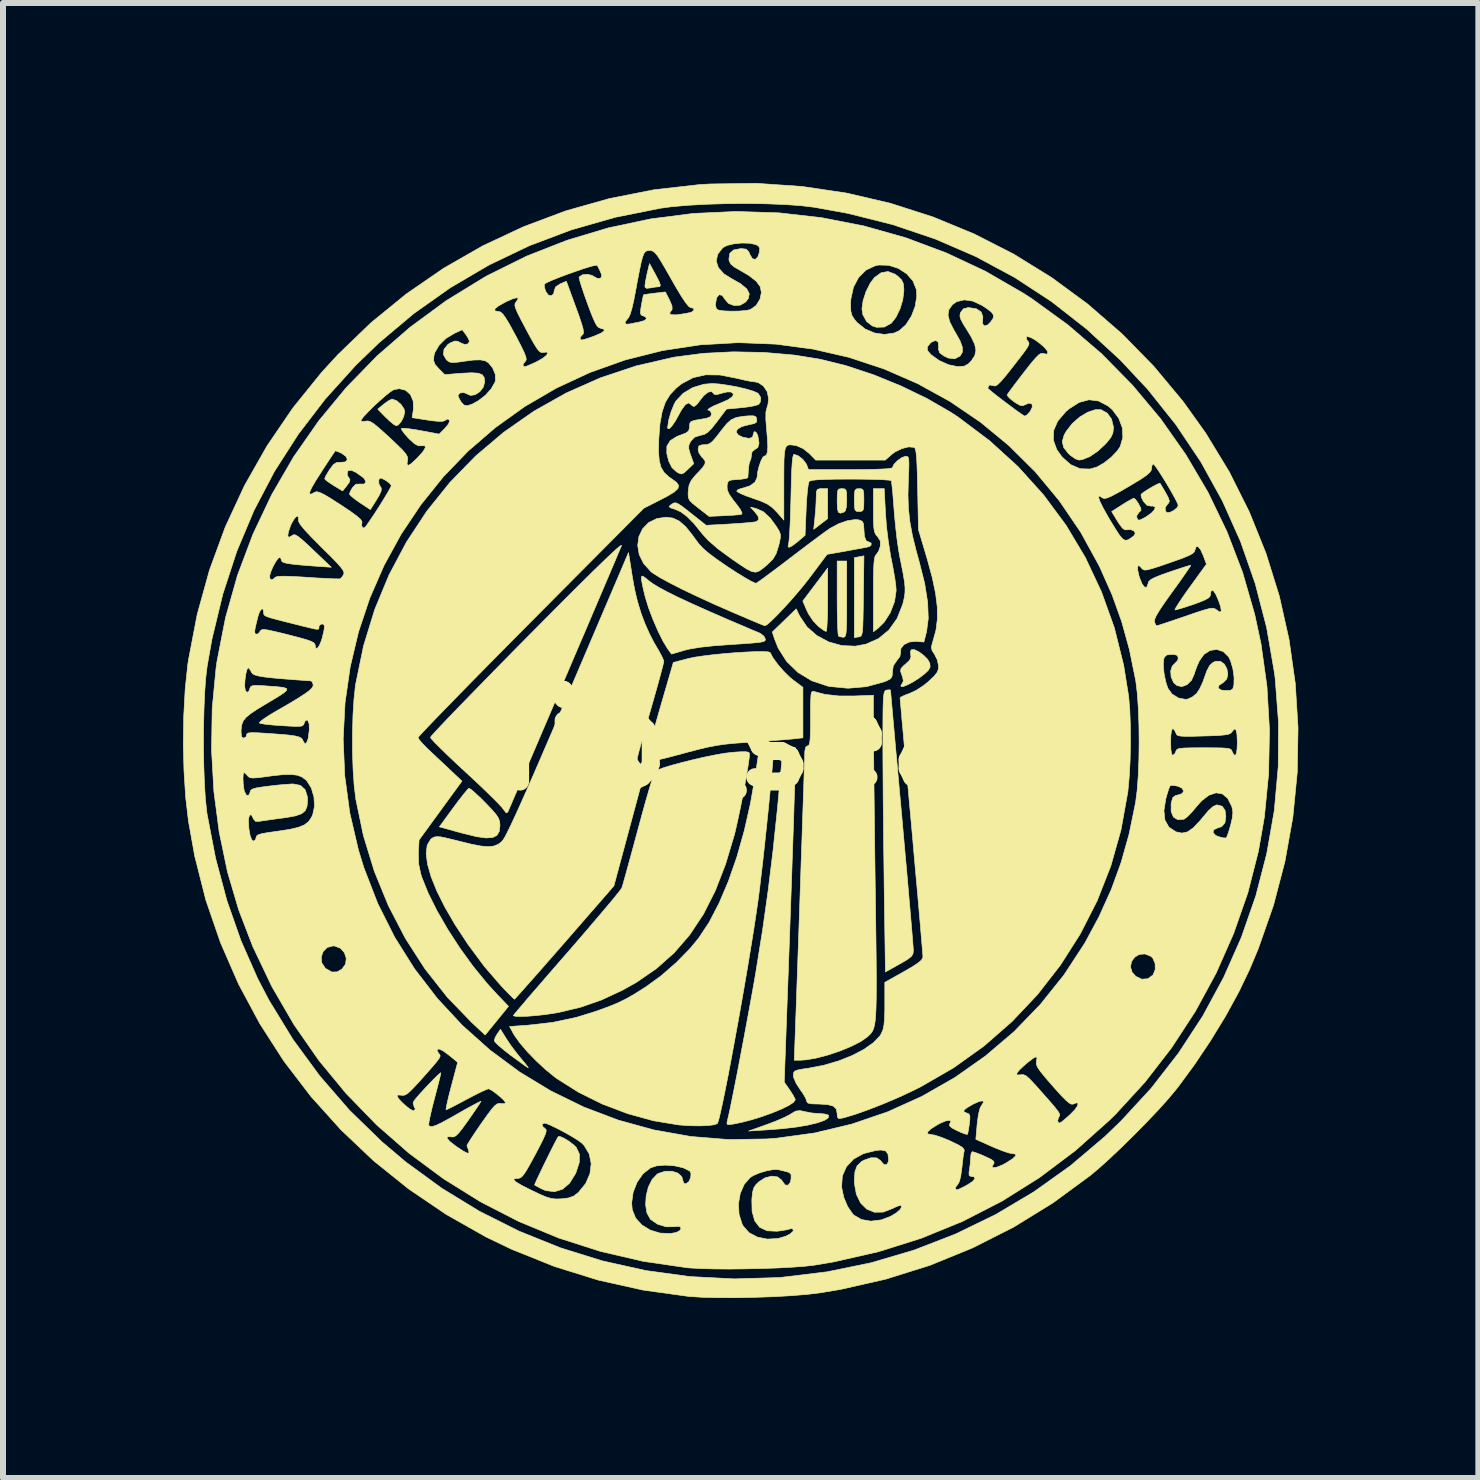
<source format=kicad_pcb>
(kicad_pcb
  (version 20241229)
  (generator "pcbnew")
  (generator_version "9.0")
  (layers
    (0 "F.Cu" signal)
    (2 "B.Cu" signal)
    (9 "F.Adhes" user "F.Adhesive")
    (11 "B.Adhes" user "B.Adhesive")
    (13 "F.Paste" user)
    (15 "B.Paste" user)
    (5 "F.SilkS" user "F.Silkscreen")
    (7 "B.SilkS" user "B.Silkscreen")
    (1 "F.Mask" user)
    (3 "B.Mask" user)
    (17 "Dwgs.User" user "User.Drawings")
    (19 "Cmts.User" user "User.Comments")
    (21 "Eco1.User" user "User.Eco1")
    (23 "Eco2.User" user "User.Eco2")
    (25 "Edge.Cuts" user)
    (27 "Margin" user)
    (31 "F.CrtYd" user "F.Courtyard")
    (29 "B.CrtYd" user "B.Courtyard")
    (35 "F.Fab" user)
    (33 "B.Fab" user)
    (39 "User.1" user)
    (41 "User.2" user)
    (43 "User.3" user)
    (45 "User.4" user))
  (footprint "uio_seal"
    (layer "F.Cu")
    (at 9.282 9.284)
    (property "Reference" "uio_seal" (at 0 0 0) (layer "F.SilkS") (effects (font (size 1.524 1.524) (thickness 0.3))))
    (attr through_hole)
    (fp_poly (pts (xy 1.46 -3.691) (xy 1.344 -3.602) (xy 1.228 -3.513) (xy 1.249 -3.714) (xy 1.261 -3.848) (xy 1.268 -3.98) (xy 1.27 -4.053) (xy 1.273 -4.139) (xy 1.29 -4.179) (xy 1.333 -4.19) (xy 1.365 -4.191) (xy 1.46 -4.191) (xy 1.46 -3.691)) (stroke (width 0.01) (type solid)) (fill yes) (layer "F.SilkS"))
    (fp_poly (pts (xy 2.056 -2.401) (xy 2.053 -2.178) (xy 2.05 -2.012) (xy 2.046 -1.892) (xy 2.04 -1.812) (xy 2.03 -1.762) (xy 2.017 -1.736) (xy 1.999 -1.725) (xy 1.976 -1.72) (xy 1.905 -1.71) (xy 1.905 -3.041) (xy 1.985 -3.056) (xy 2.065 -3.071) (xy 2.056 -2.401)) (stroke (width 0.01) (type solid)) (fill yes) (layer "F.SilkS"))
    (fp_poly (pts (xy -1.403 -7.749) (xy -1.348 -7.642) (xy -1.327 -7.58) (xy -1.338 -7.557) (xy -1.343 -7.556) (xy -1.406 -7.551) (xy -1.488 -7.537) (xy -1.557 -7.529) (xy -1.583 -7.548) (xy -1.584 -7.576) (xy -1.575 -7.642) (xy -1.556 -7.739) (xy -1.545 -7.789) (xy -1.508 -7.942) (xy -1.403 -7.749)) (stroke (width 0.01) (type solid)) (fill yes) (layer "F.SilkS"))
    (fp_poly (pts (xy 1.46 -2.338) (xy 1.459 -2.163) (xy 1.455 -2.013) (xy 1.449 -1.897) (xy 1.442 -1.827) (xy 1.436 -1.81) (xy 1.399 -1.828) (xy 1.333 -1.875) (xy 1.298 -1.904) (xy 1.217 -1.99) (xy 1.142 -2.103) (xy 1.115 -2.158) (xy 1.046 -2.318) (xy 1.253 -2.592) (xy 1.46 -2.867) (xy 1.46 -2.338)) (stroke (width 0.01) (type solid)) (fill yes) (layer "F.SilkS"))
    (fp_poly (pts (xy -5.724 -5.657) (xy -5.65 -5.595) (xy -5.599 -5.519) (xy -5.588 -5.473) (xy -5.604 -5.393) (xy -5.644 -5.312) (xy -5.693 -5.254) (xy -5.728 -5.239) (xy -5.769 -5.26) (xy -5.836 -5.315) (xy -5.901 -5.377) (xy -6.037 -5.515) (xy -5.937 -5.599) (xy -5.864 -5.652) (xy -5.807 -5.681) (xy -5.796 -5.683) (xy -5.724 -5.657)) (stroke (width 0.01) (type solid)) (fill yes) (layer "F.SilkS"))
    (fp_poly (pts (xy 1.743 -4.187) (xy 1.767 -4.164) (xy 1.776 -4.109) (xy 1.778 -4.005) (xy 1.778 -4.004) (xy 1.773 -3.889) (xy 1.757 -3.824) (xy 1.728 -3.798) (xy 1.672 -3.782) (xy 1.639 -3.797) (xy 1.624 -3.852) (xy 1.619 -3.959) (xy 1.619 -3.985) (xy 1.621 -4.096) (xy 1.628 -4.157) (xy 1.648 -4.184) (xy 1.686 -4.191) (xy 1.699 -4.191) (xy 1.743 -4.187)) (stroke (width 0.01) (type solid)) (fill yes) (layer "F.SilkS"))
    (fp_poly (pts (xy -3.896 4.973) (xy -3.822 5.084) (xy -3.728 5.209) (xy -3.659 5.294) (xy -3.59 5.377) (xy -3.543 5.436) (xy -3.528 5.461) (xy -3.528 5.461) (xy -3.557 5.443) (xy -3.626 5.395) (xy -3.723 5.324) (xy -3.818 5.255) (xy -3.931 5.167) (xy -4.022 5.09) (xy -4.08 5.033) (xy -4.096 5.008) (xy -4.079 4.953) (xy -4.044 4.893) (xy -3.992 4.819) (xy -3.896 4.973)) (stroke (width 0.01) (type solid)) (fill yes) (layer "F.SilkS"))
    (fp_poly (pts (xy 1.778 -2.349) (xy 1.778 -2.133) (xy 1.776 -1.973) (xy 1.773 -1.859) (xy 1.767 -1.785) (xy 1.757 -1.741) (xy 1.744 -1.721) (xy 1.725 -1.715) (xy 1.72 -1.714) (xy 1.659 -1.725) (xy 1.64 -1.736) (xy 1.634 -1.773) (xy 1.628 -1.863) (xy 1.624 -1.996) (xy 1.62 -2.163) (xy 1.619 -2.353) (xy 1.619 -2.371) (xy 1.619 -2.985) (xy 1.778 -2.985) (xy 1.778 -2.349)) (stroke (width 0.01) (type solid)) (fill yes) (layer "F.SilkS"))
    (fp_poly (pts (xy 2.028 -4.187) (xy 2.052 -4.165) (xy 2.062 -4.11) (xy 2.064 -4.007) (xy 2.064 -4) (xy 2.062 -3.895) (xy 2.053 -3.838) (xy 2.03 -3.815) (xy 1.987 -3.81) (xy 1.984 -3.81) (xy 1.94 -3.814) (xy 1.917 -3.836) (xy 1.907 -3.891) (xy 1.905 -3.994) (xy 1.905 -4) (xy 1.907 -4.106) (xy 1.916 -4.163) (xy 1.939 -4.186) (xy 1.982 -4.191) (xy 1.984 -4.191) (xy 2.028 -4.187)) (stroke (width 0.01) (type solid)) (fill yes) (layer "F.SilkS"))
    (fp_poly (pts (xy 1.071 6.189) (xy 1.186 6.212) (xy 1.31 6.223) (xy 1.324 6.223) (xy 1.411 6.23) (xy 1.467 6.246) (xy 1.476 6.253) (xy 1.47 6.294) (xy 1.407 6.336) (xy 1.294 6.376) (xy 1.137 6.414) (xy 0.943 6.447) (xy 0.717 6.474) (xy 0.475 6.493) (xy 0.143 6.514) (xy 0.447 6.406) (xy 0.589 6.352) (xy 0.718 6.297) (xy 0.817 6.248) (xy 0.851 6.227) (xy 0.928 6.182) (xy 0.996 6.173) (xy 1.071 6.189)) (stroke (width 0.01) (type solid)) (fill yes) (layer "F.SilkS"))
    (fp_poly (pts (xy 2.583 -7.765) (xy 2.633 -7.728) (xy 2.692 -7.67) (xy 2.721 -7.609) (xy 2.73 -7.519) (xy 2.73 -7.482) (xy 2.712 -7.338) (xy 2.666 -7.186) (xy 2.599 -7.048) (xy 2.523 -6.95) (xy 2.521 -6.948) (xy 2.405 -6.884) (xy 2.275 -6.88) (xy 2.206 -6.902) (xy 2.109 -6.977) (xy 2.047 -7.09) (xy 2.032 -7.187) (xy 2.051 -7.324) (xy 2.101 -7.477) (xy 2.171 -7.616) (xy 2.238 -7.706) (xy 2.352 -7.789) (xy 2.466 -7.809) (xy 2.583 -7.765)) (stroke (width 0.01) (type solid)) (fill yes) (layer "F.SilkS"))
    (fp_poly (pts (xy -4.485 0.82) (xy -4.42 0.875) (xy -4.33 0.958) (xy -4.245 1.043) (xy -4.136 1.157) (xy -4.066 1.238) (xy -4.025 1.3) (xy -4.006 1.354) (xy -4.001 1.413) (xy -4 1.421) (xy -4.012 1.52) (xy -4.051 1.587) (xy -4.123 1.623) (xy -4.235 1.63) (xy -4.391 1.608) (xy -4.598 1.558) (xy -4.64 1.547) (xy -5.01 1.445) (xy -4.779 1.128) (xy -4.688 1.006) (xy -4.608 0.904) (xy -4.549 0.833) (xy -4.519 0.802) (xy -4.518 0.802) (xy -4.485 0.82)) (stroke (width 0.01) (type solid)) (fill yes) (layer "F.SilkS"))
    (fp_poly (pts (xy 6.017 -5.506) (xy 6.119 -5.45) (xy 6.191 -5.35) (xy 6.222 -5.222) (xy 6.223 -5.202) (xy 6.214 -5.119) (xy 6.18 -5.045) (xy 6.11 -4.957) (xy 6.089 -4.934) (xy 5.962 -4.816) (xy 5.83 -4.726) (xy 5.708 -4.676) (xy 5.65 -4.667) (xy 5.587 -4.689) (xy 5.509 -4.743) (xy 5.474 -4.775) (xy 5.394 -4.876) (xy 5.37 -4.974) (xy 5.401 -5.083) (xy 5.437 -5.148) (xy 5.537 -5.276) (xy 5.661 -5.385) (xy 5.793 -5.464) (xy 5.921 -5.507) (xy 6.017 -5.506)) (stroke (width 0.01) (type solid)) (fill yes) (layer "F.SilkS"))
    (fp_poly (pts (xy -2.991 6.608) (xy -2.924 6.639) (xy -2.844 6.689) (xy -2.771 6.746) (xy -2.728 6.789) (xy -2.676 6.899) (xy -2.678 7.035) (xy -2.732 7.201) (xy -2.743 7.226) (xy -2.841 7.384) (xy -2.958 7.484) (xy -3.092 7.525) (xy -3.239 7.506) (xy -3.318 7.472) (xy -3.385 7.435) (xy -3.422 7.414) (xy -3.423 7.413) (xy -3.413 7.384) (xy -3.38 7.311) (xy -3.33 7.206) (xy -3.271 7.082) (xy -3.206 6.951) (xy -3.144 6.825) (xy -3.089 6.717) (xy -3.048 6.64) (xy -3.027 6.605) (xy -2.991 6.608)) (stroke (width 0.01) (type solid)) (fill yes) (layer "F.SilkS"))
    (fp_poly (pts (xy 2.909 -1.507) (xy 2.983 -1.47) (xy 3.062 -1.411) (xy 3.128 -1.344) (xy 3.163 -1.281) (xy 3.163 -1.281) (xy 3.168 -1.219) (xy 3.139 -1.164) (xy 3.076 -1.105) (xy 2.986 -1.036) (xy 2.891 -0.975) (xy 2.803 -0.927) (xy 2.732 -0.898) (xy 2.688 -0.89) (xy 2.681 -0.91) (xy 2.699 -0.937) (xy 2.722 -0.985) (xy 2.71 -1.05) (xy 2.697 -1.084) (xy 2.675 -1.149) (xy 2.683 -1.194) (xy 2.729 -1.243) (xy 2.761 -1.269) (xy 2.829 -1.335) (xy 2.849 -1.391) (xy 2.844 -1.421) (xy 2.841 -1.482) (xy 2.858 -1.508) (xy 2.909 -1.507)) (stroke (width 0.01) (type solid)) (fill yes) (layer "F.SilkS"))
    (fp_poly (pts (xy 2.424 -3.786) (xy 2.441 -3.557) (xy 2.472 -3.308) (xy 2.509 -3.073) (xy 2.524 -3.001) (xy 2.555 -2.84) (xy 2.581 -2.689) (xy 2.597 -2.566) (xy 2.602 -2.493) (xy 2.575 -2.309) (xy 2.505 -2.126) (xy 2.402 -1.965) (xy 2.299 -1.864) (xy 2.223 -1.807) (xy 2.223 -2.432) (xy 2.223 -2.653) (xy 2.226 -2.819) (xy 2.231 -2.937) (xy 2.239 -3.016) (xy 2.251 -3.065) (xy 2.267 -3.09) (xy 2.27 -3.092) (xy 2.309 -3.147) (xy 2.337 -3.227) (xy 2.339 -3.317) (xy 2.295 -3.388) (xy 2.289 -3.394) (xy 2.26 -3.429) (xy 2.241 -3.473) (xy 2.23 -3.539) (xy 2.224 -3.64) (xy 2.223 -3.79) (xy 2.223 -3.826) (xy 2.223 -4.191) (xy 2.403 -4.191) (xy 2.424 -3.786)) (stroke (width 0.01) (type solid)) (fill yes) (layer "F.SilkS"))
    (fp_poly (pts (xy -1.585 -2.71) (xy -1.537 -2.669) (xy -1.464 -2.614) (xy -1.357 -2.548) (xy -1.214 -2.471) (xy -1.031 -2.38) (xy -0.803 -2.274) (xy -0.528 -2.151) (xy -0.203 -2.009) (xy 0.177 -1.847) (xy 0.337 -1.78) (xy 0.398 -1.732) (xy 0.42 -1.69) (xy 0.422 -1.669) (xy 0.411 -1.652) (xy 0.377 -1.639) (xy 0.312 -1.628) (xy 0.209 -1.618) (xy 0.059 -1.607) (xy -0.139 -1.594) (xy -0.431 -1.573) (xy -0.664 -1.548) (xy -0.842 -1.518) (xy -0.928 -1.497) (xy -1.142 -1.434) (xy -1.208 -1.526) (xy -1.285 -1.653) (xy -1.369 -1.823) (xy -1.452 -2.015) (xy -1.525 -2.209) (xy -1.579 -2.386) (xy -1.587 -2.416) (xy -1.623 -2.571) (xy -1.642 -2.672) (xy -1.643 -2.724) (xy -1.625 -2.734) (xy -1.585 -2.71)) (stroke (width 0.01) (type solid)) (fill yes) (layer "F.SilkS"))
    (fp_poly (pts (xy 2.508 -0.829) (xy 2.511 -0.795) (xy 2.519 -0.702) (xy 2.532 -0.557) (xy 2.549 -0.364) (xy 2.57 -0.129) (xy 2.594 0.143) (xy 2.622 0.446) (xy 2.651 0.776) (xy 2.683 1.128) (xy 2.699 1.303) (xy 2.731 1.665) (xy 2.762 2.01) (xy 2.791 2.333) (xy 2.816 2.628) (xy 2.839 2.89) (xy 2.858 3.113) (xy 2.873 3.292) (xy 2.883 3.421) (xy 2.888 3.495) (xy 2.888 3.508) (xy 2.883 3.559) (xy 2.858 3.601) (xy 2.803 3.646) (xy 2.708 3.704) (xy 2.656 3.733) (xy 2.423 3.863) (xy 2.402 2.416) (xy 2.398 2.075) (xy 2.393 1.719) (xy 2.39 1.359) (xy 2.386 1.008) (xy 2.384 0.678) (xy 2.382 0.384) (xy 2.381 0.136) (xy 2.381 0.075) (xy 2.381 -0.186) (xy 2.382 -0.391) (xy 2.384 -0.547) (xy 2.388 -0.66) (xy 2.393 -0.737) (xy 2.402 -0.787) (xy 2.413 -0.815) (xy 2.428 -0.829) (xy 2.445 -0.835) (xy 2.496 -0.839) (xy 2.508 -0.829)) (stroke (width 0.01) (type solid)) (fill yes) (layer "F.SilkS"))
    (fp_poly (pts (xy -1.039 -3.943) (xy -0.98 -3.906) (xy -0.892 -3.839) (xy -0.782 -3.752) (xy -0.565 -3.58) (xy -0.167 -3.602) (xy -0.011 -3.612) (xy 0.123 -3.623) (xy 0.222 -3.633) (xy 0.273 -3.641) (xy 0.274 -3.641) (xy 0.314 -3.678) (xy 0.298 -3.738) (xy 0.246 -3.804) (xy 0.175 -3.882) (xy 0.27 -3.86) (xy 0.389 -3.806) (xy 0.504 -3.7) (xy 0.604 -3.563) (xy 0.651 -3.487) (xy 0.673 -3.43) (xy 0.672 -3.368) (xy 0.653 -3.276) (xy 0.643 -3.237) (xy 0.603 -3.111) (xy 0.551 -3.02) (xy 0.468 -2.937) (xy 0.464 -2.933) (xy 0.382 -2.863) (xy 0.318 -2.818) (xy 0.261 -2.799) (xy 0.198 -2.809) (xy 0.117 -2.849) (xy 0.006 -2.921) (xy -0.133 -3.016) (xy -0.36 -3.182) (xy -0.528 -3.327) (xy -0.627 -3.436) (xy -0.764 -3.606) (xy -0.882 -3.726) (xy -0.988 -3.805) (xy -1.083 -3.847) (xy -1.159 -3.872) (xy -1.182 -3.891) (xy -1.16 -3.916) (xy -1.143 -3.928) (xy -1.11 -3.949) (xy -1.079 -3.956) (xy -1.039 -3.943)) (stroke (width 0.01) (type solid)) (fill yes) (layer "F.SilkS"))
    (fp_poly (pts (xy 0.47 -1.471) (xy 0.503 -1.459) (xy 0.548 -1.373) (xy 0.628 -1.263) (xy 0.727 -1.149) (xy 0.83 -1.047) (xy 0.883 -1.004) (xy 1.048 -0.88) (xy 1.048 -0.039) (xy 0.881 -0.02) (xy 0.793 -0.012) (xy 0.657 -0.001) (xy 0.486 0.012) (xy 0.296 0.025) (xy 0.159 0.035) (xy -0.062 0.05) (xy -0.241 0.067) (xy -0.396 0.089) (xy -0.549 0.119) (xy -0.719 0.16) (xy -0.908 0.21) (xy -1.116 0.266) (xy -1.271 0.306) (xy -1.382 0.331) (xy -1.456 0.343) (xy -1.502 0.342) (xy -1.528 0.329) (xy -1.542 0.307) (xy -1.543 0.304) (xy -1.544 0.276) (xy -1.535 0.219) (xy -1.514 0.128) (xy -1.481 -0.001) (xy -1.434 -0.173) (xy -1.373 -0.391) (xy -1.295 -0.661) (xy -1.201 -0.985) (xy -1.172 -1.084) (xy -1.111 -1.295) (xy -0.865 -1.359) (xy -0.757 -1.382) (xy -0.613 -1.403) (xy -0.445 -1.424) (xy -0.262 -1.442) (xy -0.077 -1.457) (xy 0.099 -1.468) (xy 0.257 -1.475) (xy 0.384 -1.476) (xy 0.47 -1.471)) (stroke (width 0.01) (type solid)) (fill yes) (layer "F.SilkS"))
    (fp_poly (pts (xy 0.919 0.419) (xy 0.918 0.497) (xy 0.914 0.634) (xy 0.909 0.823) (xy 0.901 1.059) (xy 0.893 1.336) (xy 0.882 1.648) (xy 0.87 1.99) (xy 0.858 2.357) (xy 0.844 2.743) (xy 0.83 3.142) (xy 0.828 3.207) (xy 0.737 5.699) (xy 0.829 5.831) (xy 0.882 5.913) (xy 0.915 5.975) (xy 0.921 5.994) (xy 0.892 6.035) (xy 0.812 6.088) (xy 0.692 6.147) (xy 0.542 6.209) (xy 0.374 6.27) (xy 0.198 6.325) (xy 0.025 6.37) (xy -0.107 6.397) (xy -0.186 6.408) (xy -0.217 6.398) (xy -0.215 6.361) (xy -0.211 6.344) (xy -0.191 6.26) (xy -0.161 6.122) (xy -0.124 5.939) (xy -0.08 5.72) (xy -0.032 5.474) (xy 0.018 5.209) (xy 0.07 4.936) (xy 0.121 4.661) (xy 0.17 4.395) (xy 0.215 4.147) (xy 0.254 3.924) (xy 0.27 3.828) (xy 0.377 3.159) (xy 0.469 2.504) (xy 0.55 1.841) (xy 0.623 1.145) (xy 0.644 0.921) (xy 0.715 0.143) (xy 0.818 0.133) (xy 0.921 0.123) (xy 0.919 0.419)) (stroke (width 0.01) (type solid)) (fill yes) (layer "F.SilkS"))
    (fp_poly (pts (xy -1.976 -3.239) (xy -2.018 -3.139) (xy -2.079 -2.994) (xy -2.158 -2.808) (xy -2.252 -2.588) (xy -2.358 -2.338) (xy -2.475 -2.064) (xy -2.599 -1.772) (xy -2.73 -1.467) (xy -2.863 -1.154) (xy -2.997 -0.839) (xy -3.13 -0.528) (xy -3.259 -0.227) (xy -3.382 0.061) (xy -3.496 0.328) (xy -3.599 0.569) (xy -3.689 0.78) (xy -3.764 0.953) (xy -3.821 1.085) (xy -3.857 1.169) (xy -3.871 1.2) (xy -3.896 1.213) (xy -3.932 1.168) (xy -3.938 1.158) (xy -3.973 1.114) (xy -4.048 1.034) (xy -4.157 0.926) (xy -4.291 0.796) (xy -4.445 0.65) (xy -4.571 0.534) (xy -4.732 0.385) (xy -4.876 0.248) (xy -4.997 0.13) (xy -5.089 0.038) (xy -5.145 -0.024) (xy -5.159 -0.046) (xy -5.138 -0.075) (xy -5.075 -0.144) (xy -4.974 -0.252) (xy -4.839 -0.394) (xy -4.673 -0.566) (xy -4.48 -0.764) (xy -4.264 -0.986) (xy -4.028 -1.227) (xy -3.775 -1.485) (xy -3.544 -1.718) (xy -3.209 -2.056) (xy -2.917 -2.349) (xy -2.666 -2.599) (xy -2.456 -2.807) (xy -2.285 -2.973) (xy -2.153 -3.099) (xy -2.058 -3.186) (xy -1.999 -3.235) (xy -1.975 -3.246) (xy -1.976 -3.239)) (stroke (width 0.01) (type solid)) (fill yes) (layer "F.SilkS"))
    (fp_poly (pts (xy 0.139 0.201) (xy 0.157 0.218) (xy 0.159 0.231) (xy 0.152 0.304) (xy 0.135 0.426) (xy 0.109 0.584) (xy 0.076 0.768) (xy 0.039 0.963) (xy 0.000229 1.157) (xy -0.038 1.337) (xy -0.073 1.492) (xy -0.092 1.571) (xy -0.241 2.068) (xy -0.412 2.509) (xy -0.609 2.899) (xy -0.837 3.243) (xy -1.097 3.544) (xy -1.393 3.807) (xy -1.729 4.038) (xy -1.96 4.167) (xy -2.31 4.33) (xy -2.654 4.45) (xy -3.019 4.537) (xy -3.109 4.553) (xy -3.253 4.574) (xy -3.401 4.59) (xy -3.541 4.601) (xy -3.659 4.605) (xy -3.743 4.602) (xy -3.778 4.591) (xy -3.778 4.59) (xy -3.758 4.564) (xy -3.7 4.495) (xy -3.609 4.388) (xy -3.49 4.248) (xy -3.345 4.081) (xy -3.18 3.89) (xy -2.999 3.682) (xy -2.886 3.552) (xy -2.696 3.333) (xy -2.519 3.127) (xy -2.359 2.939) (xy -2.22 2.775) (xy -2.107 2.64) (xy -2.025 2.538) (xy -1.978 2.477) (xy -1.969 2.461) (xy -1.954 2.414) (xy -1.926 2.314) (xy -1.886 2.17) (xy -1.836 1.988) (xy -1.779 1.779) (xy -1.717 1.549) (xy -1.697 1.475) (xy -1.634 1.242) (xy -1.575 1.029) (xy -1.521 0.843) (xy -1.476 0.692) (xy -1.441 0.584) (xy -1.42 0.527) (xy -1.416 0.52) (xy -1.365 0.493) (xy -1.263 0.456) (xy -1.122 0.414) (xy -0.955 0.369) (xy -0.773 0.324) (xy -0.588 0.282) (xy -0.413 0.246) (xy -0.258 0.219) (xy -0.137 0.204) (xy -0.132 0.203) (xy 0.006 0.194) (xy 0.093 0.193) (xy 0.139 0.201)) (stroke (width 0.01) (type solid)) (fill yes) (layer "F.SilkS"))
    (fp_poly (pts (xy 1.228 -0.812) (xy 1.23 -0.811) (xy 1.417 -0.762) (xy 1.652 -0.736) (xy 1.909 -0.736) (xy 2.223 -0.748) (xy 2.223 -0.223) (xy 2.224 -0.1) (xy 2.225 0.079) (xy 2.228 0.308) (xy 2.23 0.58) (xy 2.234 0.888) (xy 2.238 1.225) (xy 2.242 1.584) (xy 2.247 1.959) (xy 2.252 2.341) (xy 2.254 2.488) (xy 2.26 2.925) (xy 2.265 3.304) (xy 2.269 3.628) (xy 2.271 3.902) (xy 2.271 4.132) (xy 2.27 4.32) (xy 2.266 4.473) (xy 2.26 4.593) (xy 2.251 4.687) (xy 2.239 4.759) (xy 2.224 4.813) (xy 2.205 4.853) (xy 2.183 4.885) (xy 2.156 4.913) (xy 2.126 4.941) (xy 2.123 4.944) (xy 2.014 5.021) (xy 1.859 5.1) (xy 1.674 5.177) (xy 1.476 5.244) (xy 1.281 5.296) (xy 1.107 5.327) (xy 1.009 5.334) (xy 0.904 5.334) (xy 0.913 5.088) (xy 0.92 4.898) (xy 0.928 4.667) (xy 0.938 4.4) (xy 0.948 4.105) (xy 0.959 3.786) (xy 0.971 3.45) (xy 0.983 3.103) (xy 0.995 2.75) (xy 1.007 2.398) (xy 1.018 2.052) (xy 1.03 1.718) (xy 1.04 1.402) (xy 1.05 1.11) (xy 1.059 0.848) (xy 1.066 0.622) (xy 1.072 0.437) (xy 1.077 0.3) (xy 1.079 0.217) (xy 1.079 0.194) (xy 1.093 0.117) (xy 1.127 0.095) (xy 1.146 0.087) (xy 1.159 0.054) (xy 1.168 -0.01) (xy 1.173 -0.116) (xy 1.175 -0.272) (xy 1.175 -0.369) (xy 1.175 -0.549) (xy 1.178 -0.674) (xy 1.183 -0.755) (xy 1.192 -0.798) (xy 1.207 -0.814) (xy 1.228 -0.812)) (stroke (width 0.01) (type solid)) (fill yes) (layer "F.SilkS"))
    (fp_poly (pts (xy -1.117 -3.7) (xy -1.012 -3.65) (xy -0.907 -3.558) (xy -0.793 -3.417) (xy -0.742 -3.345) (xy -0.682 -3.266) (xy -0.611 -3.19) (xy -0.518 -3.111) (xy -0.393 -3.018) (xy -0.226 -2.902) (xy -0.196 -2.882) (xy -0.05 -2.787) (xy 0.08 -2.708) (xy 0.183 -2.649) (xy 0.249 -2.618) (xy 0.268 -2.614) (xy 0.305 -2.638) (xy 0.384 -2.694) (xy 0.496 -2.777) (xy 0.635 -2.881) (xy 0.792 -3) (xy 0.841 -3.038) (xy 1.008 -3.165) (xy 1.167 -3.285) (xy 1.308 -3.39) (xy 1.419 -3.472) (xy 1.493 -3.524) (xy 1.502 -3.53) (xy 1.644 -3.606) (xy 1.79 -3.657) (xy 1.92 -3.676) (xy 1.983 -3.67) (xy 2.037 -3.647) (xy 2.059 -3.601) (xy 2.064 -3.526) (xy 2.073 -3.396) (xy 2.102 -3.322) (xy 2.147 -3.302) (xy 2.186 -3.283) (xy 2.183 -3.246) (xy 2.151 -3.225) (xy 2.105 -3.214) (xy 2.011 -3.196) (xy 1.884 -3.173) (xy 1.781 -3.154) (xy 1.451 -3.096) (xy 1.178 -2.731) (xy 1.078 -2.602) (xy 0.963 -2.463) (xy 0.842 -2.323) (xy 0.721 -2.191) (xy 0.611 -2.075) (xy 0.517 -1.983) (xy 0.449 -1.924) (xy 0.416 -1.906) (xy 0.382 -1.918) (xy 0.299 -1.951) (xy 0.178 -2.002) (xy 0.026 -2.067) (xy -0.143 -2.139) (xy -0.437 -2.268) (xy -0.709 -2.393) (xy -0.953 -2.509) (xy -1.161 -2.615) (xy -1.327 -2.705) (xy -1.444 -2.778) (xy -1.485 -2.808) (xy -1.607 -2.944) (xy -1.68 -3.093) (xy -1.705 -3.246) (xy -1.685 -3.392) (xy -1.623 -3.522) (xy -1.522 -3.626) (xy -1.384 -3.693) (xy -1.231 -3.715) (xy -1.117 -3.7)) (stroke (width 0.01) (type solid)) (fill yes) (layer "F.SilkS"))
    (fp_poly (pts (xy 0.549 0.325) (xy 0.529 0.554) (xy 0.504 0.823) (xy 0.475 1.12) (xy 0.443 1.431) (xy 0.41 1.743) (xy 0.377 2.043) (xy 0.345 2.315) (xy 0.317 2.548) (xy 0.299 2.683) (xy 0.266 2.91) (xy 0.227 3.167) (xy 0.181 3.449) (xy 0.132 3.749) (xy 0.079 4.06) (xy 0.024 4.376) (xy -0.032 4.691) (xy -0.088 4.997) (xy -0.142 5.29) (xy -0.193 5.561) (xy -0.241 5.804) (xy -0.284 6.014) (xy -0.321 6.184) (xy -0.35 6.307) (xy -0.371 6.376) (xy -0.377 6.389) (xy -0.428 6.409) (xy -0.527 6.422) (xy -0.663 6.428) (xy -0.82 6.426) (xy -0.985 6.415) (xy -1.024 6.412) (xy -1.442 6.343) (xy -1.871 6.225) (xy -2.293 6.065) (xy -2.691 5.868) (xy -3.049 5.642) (xy -3.084 5.616) (xy -3.235 5.494) (xy -3.39 5.351) (xy -3.538 5.199) (xy -3.663 5.053) (xy -3.754 4.928) (xy -3.77 4.901) (xy -3.841 4.772) (xy -3.54 4.751) (xy -3.125 4.704) (xy -2.737 4.622) (xy -2.405 4.52) (xy -2.209 4.449) (xy -2.052 4.386) (xy -1.913 4.319) (xy -1.771 4.239) (xy -1.604 4.134) (xy -1.568 4.111) (xy -1.312 3.925) (xy -1.058 3.703) (xy -0.827 3.466) (xy -0.691 3.302) (xy -0.515 3.036) (xy -0.348 2.715) (xy -0.192 2.348) (xy -0.051 1.942) (xy 0.072 1.506) (xy 0.175 1.049) (xy 0.236 0.699) (xy 0.26 0.548) (xy 0.281 0.411) (xy 0.297 0.305) (xy 0.304 0.262) (xy 0.321 0.194) (xy 0.356 0.165) (xy 0.43 0.159) (xy 0.441 0.159) (xy 0.562 0.159) (xy 0.549 0.325)) (stroke (width 0.01) (type solid)) (fill yes) (layer "F.SilkS"))
    (fp_poly (pts (xy 0.266 -5.387) (xy 0.279 -5.346) (xy 0.276 -5.302) (xy 0.239 -5.276) (xy 0.154 -5.258) (xy 0.031 -5.226) (xy -0.043 -5.182) (xy -0.064 -5.133) (xy -0.028 -5.084) (xy 0.047 -5.048) (xy 0.151 -5.028) (xy 0.208 -5.049) (xy 0.222 -5.098) (xy 0.236 -5.14) (xy 0.265 -5.133) (xy 0.294 -5.083) (xy 0.297 -5.072) (xy 0.317 -4.95) (xy 0.296 -4.875) (xy 0.254 -4.849) (xy 0.201 -4.806) (xy 0.191 -4.755) (xy 0.182 -4.687) (xy 0.169 -4.656) (xy 0.153 -4.612) (xy 0.142 -4.533) (xy 0.14 -4.516) (xy 0.135 -4.433) (xy 0.131 -4.38) (xy 0.131 -4.375) (xy 0.1 -4.361) (xy 0.025 -4.349) (xy -0.04 -4.343) (xy -0.137 -4.336) (xy -0.188 -4.32) (xy -0.209 -4.285) (xy -0.216 -4.236) (xy -0.212 -4.169) (xy -0.18 -4.096) (xy -0.114 -4.001) (xy -0.079 -3.958) (xy 0.001 -3.851) (xy 0.034 -3.786) (xy 0.026 -3.764) (xy -0.024 -3.756) (xy -0.119 -3.748) (xy -0.24 -3.741) (xy -0.266 -3.74) (xy -0.515 -3.729) (xy -0.694 -3.868) (xy -0.787 -3.942) (xy -0.84 -3.995) (xy -0.862 -4.044) (xy -0.865 -4.107) (xy -0.862 -4.155) (xy -0.849 -4.248) (xy -0.815 -4.324) (xy -0.749 -4.407) (xy -0.712 -4.446) (xy -0.626 -4.538) (xy -0.584 -4.601) (xy -0.581 -4.649) (xy -0.613 -4.694) (xy -0.635 -4.715) (xy -0.684 -4.786) (xy -0.699 -4.847) (xy -0.686 -4.902) (xy -0.635 -4.921) (xy -0.611 -4.922) (xy -0.554 -4.925) (xy -0.508 -4.94) (xy -0.462 -4.976) (xy -0.402 -5.043) (xy -0.318 -5.151) (xy -0.308 -5.165) (xy -0.222 -5.272) (xy -0.147 -5.339) (xy -0.065 -5.376) (xy 0.047 -5.396) (xy 0.143 -5.404) (xy 0.226 -5.405) (xy 0.266 -5.387)) (stroke (width 0.01) (type solid)) (fill yes) (layer "F.SilkS"))
    (fp_poly (pts (xy -1.833 -2.967) (xy -1.799 -2.751) (xy -1.77 -2.583) (xy -1.742 -2.447) (xy -1.713 -2.328) (xy -1.679 -2.211) (xy -1.645 -2.103) (xy -1.584 -1.941) (xy -1.507 -1.768) (xy -1.429 -1.618) (xy -1.409 -1.584) (xy -1.345 -1.475) (xy -1.296 -1.381) (xy -1.271 -1.321) (xy -1.27 -1.311) (xy -1.279 -1.269) (xy -1.303 -1.174) (xy -1.34 -1.036) (xy -1.388 -0.863) (xy -1.444 -0.665) (xy -1.492 -0.497) (xy -1.553 -0.285) (xy -1.608 -0.092) (xy -1.653 0.073) (xy -1.688 0.201) (xy -1.709 0.285) (xy -1.714 0.313) (xy -1.692 0.362) (xy -1.644 0.412) (xy -1.574 0.469) (xy -1.838 1.449) (xy -2.102 2.429) (xy -2.267 2.619) (xy -2.512 2.9) (xy -2.744 3.167) (xy -2.96 3.415) (xy -3.158 3.641) (xy -3.333 3.841) (xy -3.483 4.011) (xy -3.604 4.147) (xy -3.692 4.246) (xy -3.745 4.304) (xy -3.759 4.318) (xy -3.785 4.296) (xy -3.843 4.238) (xy -3.925 4.154) (xy -3.983 4.092) (xy -4.259 3.773) (xy -4.534 3.402) (xy -4.751 3.071) (xy -4.918 2.783) (xy -5.051 2.517) (xy -5.148 2.276) (xy -5.208 2.065) (xy -5.23 1.889) (xy -5.213 1.75) (xy -5.156 1.654) (xy -5.131 1.634) (xy -5.095 1.615) (xy -5.052 1.608) (xy -4.99 1.612) (xy -4.897 1.631) (xy -4.76 1.664) (xy -4.69 1.682) (xy -4.478 1.734) (xy -4.316 1.765) (xy -4.194 1.775) (xy -4.101 1.765) (xy -4.027 1.734) (xy -3.971 1.691) (xy -3.947 1.661) (xy -3.914 1.607) (xy -3.871 1.523) (xy -3.815 1.408) (xy -3.745 1.258) (xy -3.66 1.07) (xy -3.558 0.841) (xy -3.438 0.567) (xy -3.299 0.246) (xy -3.138 -0.127) (xy -2.956 -0.553) (xy -2.867 -0.761) (xy -1.858 -3.125) (xy -1.833 -2.967)) (stroke (width 0.01) (type solid)) (fill yes) (layer "F.SilkS"))
    (fp_poly (pts (xy -0.345 -5.935) (xy -0.2 -5.914) (xy -0.047 -5.886) (xy 0.097 -5.852) (xy 0.216 -5.817) (xy 0.293 -5.784) (xy 0.304 -5.776) (xy 0.345 -5.709) (xy 0.338 -5.634) (xy 0.31 -5.595) (xy 0.26 -5.577) (xy 0.167 -5.558) (xy 0.046 -5.542) (xy 0.022 -5.54) (xy -0.226 -5.517) (xy -0.385 -5.306) (xy -0.47 -5.198) (xy -0.535 -5.132) (xy -0.593 -5.096) (xy -0.658 -5.08) (xy -0.66 -5.08) (xy -0.76 -5.048) (xy -0.824 -4.977) (xy -0.852 -4.917) (xy -0.855 -4.86) (xy -0.833 -4.78) (xy -0.822 -4.749) (xy -0.771 -4.607) (xy -0.87 -4.512) (xy -0.934 -4.454) (xy -0.977 -4.435) (xy -1.023 -4.451) (xy -1.055 -4.469) (xy -1.133 -4.54) (xy -1.188 -4.649) (xy -1.22 -4.778) (xy -1.219 -4.898) (xy -1.163 -4.991) (xy -1.049 -5.062) (xy -1 -5.08) (xy -0.906 -5.116) (xy -0.859 -5.149) (xy -0.843 -5.195) (xy -0.841 -5.226) (xy -0.837 -5.278) (xy -0.815 -5.309) (xy -0.759 -5.329) (xy -0.659 -5.346) (xy -0.553 -5.365) (xy -0.497 -5.388) (xy -0.477 -5.421) (xy -0.476 -5.433) (xy -0.491 -5.482) (xy -0.51 -5.493) (xy -0.538 -5.503) (xy -0.513 -5.529) (xy -0.442 -5.568) (xy -0.333 -5.614) (xy -0.32 -5.619) (xy -0.198 -5.673) (xy -0.127 -5.724) (xy -0.109 -5.768) (xy -0.147 -5.801) (xy -0.21 -5.803) (xy -0.296 -5.784) (xy -0.312 -5.779) (xy -0.394 -5.756) (xy -0.432 -5.765) (xy -0.438 -5.774) (xy -0.474 -5.81) (xy -0.533 -5.798) (xy -0.603 -5.742) (xy -0.651 -5.683) (xy -0.717 -5.596) (xy -0.763 -5.561) (xy -0.797 -5.571) (xy -0.81 -5.588) (xy -0.855 -5.62) (xy -0.911 -5.591) (xy -0.977 -5.501) (xy -1.013 -5.435) (xy -1.077 -5.32) (xy -1.134 -5.236) (xy -1.178 -5.19) (xy -1.202 -5.19) (xy -1.206 -5.211) (xy -1.189 -5.331) (xy -1.149 -5.471) (xy -1.096 -5.601) (xy -1.067 -5.652) (xy -0.948 -5.779) (xy -0.788 -5.875) (xy -0.602 -5.931) (xy -0.465 -5.943) (xy -0.345 -5.935)) (stroke (width 0.01) (type solid)) (fill yes) (layer "F.SilkS"))
    (fp_poly (pts (xy 0.971 -4.738) (xy 1.047 -4.678) (xy 1.104 -4.603) (xy 1.112 -4.585) (xy 1.141 -4.508) (xy 1.841 -4.508) (xy 2.106 -4.51) (xy 2.309 -4.515) (xy 2.448 -4.522) (xy 2.524 -4.533) (xy 2.54 -4.542) (xy 2.565 -4.595) (xy 2.625 -4.658) (xy 2.697 -4.709) (xy 2.759 -4.731) (xy 2.76 -4.731) (xy 2.786 -4.728) (xy 2.803 -4.712) (xy 2.812 -4.674) (xy 2.815 -4.603) (xy 2.812 -4.488) (xy 2.805 -4.326) (xy 2.799 -4.078) (xy 2.807 -3.854) (xy 2.831 -3.637) (xy 2.873 -3.408) (xy 2.937 -3.15) (xy 2.987 -2.969) (xy 3.077 -2.611) (xy 3.127 -2.296) (xy 3.137 -2.026) (xy 3.108 -1.802) (xy 3.105 -1.794) (xy 3.064 -1.635) (xy 2.931 -1.646) (xy 2.82 -1.635) (xy 2.732 -1.592) (xy 2.68 -1.526) (xy 2.676 -1.46) (xy 2.664 -1.393) (xy 2.616 -1.33) (xy 2.554 -1.239) (xy 2.54 -1.142) (xy 2.535 -1.068) (xy 2.509 -1.024) (xy 2.445 -0.989) (xy 2.402 -0.972) (xy 2.107 -0.891) (xy 1.799 -0.865) (xy 1.496 -0.894) (xy 1.46 -0.901) (xy 1.195 -0.99) (xy 0.966 -1.128) (xy 0.778 -1.31) (xy 0.637 -1.532) (xy 0.575 -1.687) (xy 0.538 -1.802) (xy 0.737 -1.994) (xy 0.936 -2.187) (xy 0.993 -2.07) (xy 1.115 -1.888) (xy 1.281 -1.742) (xy 1.479 -1.636) (xy 1.696 -1.576) (xy 1.922 -1.566) (xy 2.098 -1.599) (xy 2.308 -1.692) (xy 2.482 -1.836) (xy 2.618 -2.027) (xy 2.711 -2.263) (xy 2.718 -2.289) (xy 2.738 -2.377) (xy 2.749 -2.457) (xy 2.75 -2.542) (xy 2.74 -2.644) (xy 2.718 -2.777) (xy 2.683 -2.954) (xy 2.665 -3.04) (xy 2.64 -3.184) (xy 2.614 -3.368) (xy 2.591 -3.573) (xy 2.572 -3.776) (xy 2.569 -3.817) (xy 2.556 -3.986) (xy 2.544 -4.133) (xy 2.532 -4.246) (xy 2.523 -4.312) (xy 2.52 -4.325) (xy 2.485 -4.332) (xy 2.396 -4.339) (xy 2.263 -4.344) (xy 2.095 -4.348) (xy 1.902 -4.35) (xy 1.844 -4.35) (xy 1.603 -4.349) (xy 1.421 -4.345) (xy 1.29 -4.339) (xy 1.205 -4.33) (xy 1.16 -4.317) (xy 1.151 -4.31) (xy 1.138 -4.265) (xy 1.125 -4.169) (xy 1.113 -4.037) (xy 1.103 -3.879) (xy 1.102 -3.842) (xy 1.084 -3.413) (xy 0.963 -3.31) (xy 0.87 -3.238) (xy 0.816 -3.212) (xy 0.8 -3.232) (xy 0.811 -3.278) (xy 0.818 -3.33) (xy 0.826 -3.435) (xy 0.834 -3.583) (xy 0.841 -3.764) (xy 0.847 -3.967) (xy 0.849 -4.056) (xy 0.855 -4.303) (xy 0.861 -4.492) (xy 0.87 -4.627) (xy 0.88 -4.714) (xy 0.892 -4.756) (xy 0.9 -4.763) (xy 0.971 -4.738)) (stroke (width 0.01) (type solid)) (fill yes) (layer "F.SilkS"))
    (fp_poly (pts (xy 1.032 -9.227) (xy 1.779 -9.116) (xy 2.508 -8.946) (xy 3.217 -8.718) (xy 3.903 -8.435) (xy 4.563 -8.098) (xy 5.195 -7.707) (xy 5.796 -7.265) (xy 6.363 -6.773) (xy 6.893 -6.232) (xy 7.383 -5.644) (xy 7.76 -5.117) (xy 8.153 -4.471) (xy 8.488 -3.801) (xy 8.766 -3.11) (xy 8.987 -2.401) (xy 9.149 -1.678) (xy 9.253 -0.945) (xy 9.299 -0.205) (xy 9.286 0.539) (xy 9.213 1.282) (xy 9.081 2.021) (xy 8.89 2.752) (xy 8.638 3.472) (xy 8.493 3.819) (xy 8.312 4.196) (xy 8.092 4.598) (xy 7.842 5.007) (xy 7.575 5.406) (xy 7.299 5.781) (xy 7.25 5.842) (xy 7.125 5.991) (xy 6.963 6.17) (xy 6.775 6.368) (xy 6.572 6.574) (xy 6.366 6.777) (xy 6.168 6.965) (xy 5.989 7.127) (xy 5.842 7.251) (xy 5.214 7.712) (xy 4.558 8.116) (xy 3.874 8.462) (xy 3.164 8.752) (xy 2.43 8.982) (xy 1.673 9.154) (xy 1.349 9.208) (xy 1.132 9.235) (xy 0.867 9.257) (xy 0.571 9.274) (xy 0.258 9.285) (xy -0.055 9.292) (xy -0.353 9.291) (xy -0.62 9.285) (xy -0.841 9.271) (xy -0.856 9.27) (xy -1.613 9.165) (xy -2.359 8.999) (xy -3.09 8.772) (xy -3.802 8.486) (xy -4.23 8.281) (xy -4.894 7.905) (xy -5.52 7.481) (xy -6.106 7.01) (xy -6.649 6.495) (xy -7.148 5.941) (xy -7.601 5.349) (xy -8.004 4.722) (xy -8.357 4.064) (xy -8.656 3.378) (xy -8.901 2.667) (xy -9.087 1.933) (xy -9.191 1.351) (xy -9.238 0.95) (xy -9.266 0.511) (xy -9.276 0.108) (xy -8.941 0.108) (xy -8.936 0.418) (xy -8.926 0.709) (xy -8.91 0.969) (xy -8.888 1.184) (xy -8.88 1.238) (xy -8.74 1.966) (xy -8.552 2.67) (xy -8.317 3.341) (xy -8.038 3.974) (xy -7.85 4.334) (xy -7.452 4.985) (xy -7.004 5.596) (xy -6.509 6.167) (xy -5.968 6.693) (xy -5.574 7.027) (xy -4.973 7.466) (xy -4.34 7.853) (xy -3.679 8.184) (xy -2.994 8.46) (xy -2.29 8.679) (xy -1.57 8.839) (xy -0.838 8.939) (xy -0.099 8.978) (xy 0.644 8.956) (xy 0.7 8.951) (xy 1.451 8.86) (xy 2.186 8.709) (xy 2.901 8.498) (xy 3.594 8.229) (xy 4.261 7.905) (xy 4.9 7.525) (xy 5.508 7.091) (xy 6.081 6.605) (xy 6.348 6.348) (xy 6.853 5.8) (xy 7.307 5.216) (xy 7.71 4.6) (xy 8.059 3.955) (xy 8.355 3.286) (xy 8.595 2.597) (xy 8.778 1.89) (xy 8.904 1.171) (xy 8.969 0.442) (xy 8.974 -0.292) (xy 8.918 -1.028) (xy 8.906 -1.122) (xy 8.776 -1.875) (xy 8.587 -2.605) (xy 8.341 -3.31) (xy 8.038 -3.988) (xy 7.679 -4.638) (xy 7.264 -5.257) (xy 6.796 -5.844) (xy 6.337 -6.335) (xy 5.778 -6.849) (xy 5.192 -7.308) (xy 4.577 -7.71) (xy 3.931 -8.058) (xy 3.254 -8.351) (xy 2.544 -8.591) (xy 1.799 -8.778) (xy 1.238 -8.88) (xy 1.014 -8.907) (xy 0.741 -8.926) (xy 0.433 -8.938) (xy 0.104 -8.943) (xy -0.232 -8.94) (xy -0.561 -8.93) (xy -0.868 -8.913) (xy -1.14 -8.889) (xy -1.32 -8.865) (xy -2.079 -8.713) (xy -2.81 -8.504) (xy -3.512 -8.239) (xy -4.185 -7.917) (xy -4.827 -7.54) (xy -5.438 -7.108) (xy -6.017 -6.621) (xy -6.401 -6.25) (xy -6.909 -5.688) (xy -7.361 -5.098) (xy -7.758 -4.479) (xy -8.099 -3.829) (xy -8.386 -3.147) (xy -8.619 -2.433) (xy -8.8 -1.684) (xy -8.879 -1.238) (xy -8.903 -1.041) (xy -8.921 -0.794) (xy -8.933 -0.511) (xy -8.94 -0.206) (xy -8.941 0.108) (xy -9.276 0.108) (xy -9.277 0.052) (xy -9.27 -0.407) (xy -9.246 -0.847) (xy -9.204 -1.249) (xy -9.192 -1.333) (xy -9.046 -2.094) (xy -8.841 -2.834) (xy -8.578 -3.551) (xy -8.258 -4.241) (xy -7.882 -4.903) (xy -7.453 -5.533) (xy -6.971 -6.13) (xy -6.699 -6.426) (xy -6.149 -6.956) (xy -5.562 -7.435) (xy -4.94 -7.863) (xy -4.288 -8.237) (xy -3.607 -8.556) (xy -2.903 -8.82) (xy -2.177 -9.025) (xy -1.433 -9.172) (xy -0.674 -9.258) (xy -0.5 -9.268) (xy 0.272 -9.279) (xy 1.032 -9.227)) (stroke (width 0.01) (type solid)) (fill yes) (layer "F.SilkS"))
    (fp_poly (pts (xy 0.399 -6.461) (xy 0.904 -6.417) (xy 1.333 -6.348) (xy 1.769 -6.24) (xy 2.224 -6.089) (xy 2.679 -5.904) (xy 3.115 -5.693) (xy 3.513 -5.463) (xy 3.635 -5.383) (xy 4.157 -4.991) (xy 4.632 -4.559) (xy 5.058 -4.087) (xy 5.433 -3.581) (xy 5.756 -3.041) (xy 6.024 -2.47) (xy 6.238 -1.872) (xy 6.393 -1.249) (xy 6.476 -0.731) (xy 6.495 -0.51) (xy 6.505 -0.246) (xy 6.507 0.042) (xy 6.501 0.334) (xy 6.486 0.61) (xy 6.464 0.852) (xy 6.46 0.879) (xy 6.348 1.499) (xy 6.178 2.1) (xy 5.951 2.678) (xy 5.67 3.23) (xy 5.338 3.751) (xy 4.958 4.239) (xy 4.533 4.689) (xy 4.065 5.098) (xy 3.556 5.462) (xy 3.01 5.777) (xy 2.873 5.845) (xy 2.639 5.954) (xy 2.393 6.059) (xy 2.152 6.153) (xy 1.931 6.232) (xy 1.746 6.288) (xy 1.707 6.298) (xy 1.645 6.307) (xy 1.622 6.28) (xy 1.619 6.225) (xy 1.605 6.148) (xy 1.555 6.099) (xy 1.461 6.073) (xy 1.315 6.064) (xy 1.304 6.064) (xy 1.194 6.061) (xy 1.134 6.049) (xy 1.112 6.024) (xy 1.111 6.015) (xy 1.093 5.964) (xy 1.046 5.884) (xy 1 5.82) (xy 0.935 5.718) (xy 0.895 5.626) (xy 0.889 5.588) (xy 0.892 5.545) (xy 0.91 5.517) (xy 0.957 5.498) (xy 1.043 5.481) (xy 1.141 5.467) (xy 1.395 5.418) (xy 1.641 5.346) (xy 1.868 5.256) (xy 2.065 5.153) (xy 2.223 5.042) (xy 2.332 4.928) (xy 2.355 4.89) (xy 2.382 4.826) (xy 2.399 4.746) (xy 2.409 4.635) (xy 2.413 4.481) (xy 2.413 4.408) (xy 2.413 4.036) (xy 2.731 3.858) (xy 2.874 3.775) (xy 2.968 3.713) (xy 3.023 3.666) (xy 3.046 3.626) (xy 3.048 3.609) (xy 3.045 3.566) (xy 3.037 3.465) (xy 3.024 3.312) (xy 3.007 3.111) (xy 2.986 2.869) (xy 2.962 2.591) (xy 2.934 2.283) (xy 2.904 1.949) (xy 2.873 1.595) (xy 2.858 1.428) (xy 2.825 1.068) (xy 2.794 0.727) (xy 2.766 0.41) (xy 2.74 0.122) (xy 2.718 -0.131) (xy 2.698 -0.345) (xy 2.684 -0.513) (xy 2.673 -0.632) (xy 2.668 -0.695) (xy 2.667 -0.704) (xy 2.694 -0.725) (xy 2.764 -0.756) (xy 2.821 -0.776) (xy 2.936 -0.83) (xy 3.064 -0.914) (xy 3.143 -0.978) (xy 3.234 -1.065) (xy 3.285 -1.129) (xy 3.307 -1.187) (xy 3.309 -1.237) (xy 3.287 -1.34) (xy 3.239 -1.434) (xy 3.199 -1.496) (xy 3.189 -1.549) (xy 3.206 -1.622) (xy 3.218 -1.659) (xy 3.266 -1.836) (xy 3.289 -2.02) (xy 3.287 -2.22) (xy 3.259 -2.446) (xy 3.204 -2.707) (xy 3.121 -3.014) (xy 3.104 -3.071) (xy 2.974 -3.508) (xy 2.96 -4.185) (xy 2.955 -4.418) (xy 2.949 -4.594) (xy 2.941 -4.721) (xy 2.932 -4.806) (xy 2.92 -4.856) (xy 2.905 -4.878) (xy 2.902 -4.879) (xy 2.81 -4.887) (xy 2.696 -4.858) (xy 2.581 -4.802) (xy 2.527 -4.761) (xy 2.42 -4.667) (xy 1.261 -4.667) (xy 1.154 -4.777) (xy 1.052 -4.858) (xy 0.947 -4.905) (xy 0.937 -4.907) (xy 0.868 -4.919) (xy 0.817 -4.921) (xy 0.78 -4.905) (xy 0.755 -4.864) (xy 0.741 -4.79) (xy 0.733 -4.675) (xy 0.731 -4.513) (xy 0.73 -4.295) (xy 0.73 -4.279) (xy 0.73 -3.667) (xy 0.611 -3.803) (xy 0.538 -3.876) (xy 0.46 -3.932) (xy 0.356 -3.98) (xy 0.224 -4.027) (xy 0.103 -4.07) (xy 0.008 -4.11) (xy -0.047 -4.141) (xy -0.055 -4.149) (xy -0.035 -4.175) (xy 0.03 -4.197) (xy 0.05 -4.201) (xy 0.168 -4.239) (xy 0.251 -4.301) (xy 0.285 -4.379) (xy 0.286 -4.386) (xy 0.295 -4.471) (xy 0.319 -4.568) (xy 0.35 -4.656) (xy 0.382 -4.716) (xy 0.401 -4.731) (xy 0.437 -4.747) (xy 0.457 -4.8) (xy 0.463 -4.897) (xy 0.455 -5.044) (xy 0.445 -5.156) (xy 0.43 -5.342) (xy 0.431 -5.467) (xy 0.445 -5.525) (xy 0.466 -5.596) (xy 0.476 -5.691) (xy 0.476 -5.698) (xy 0.452 -5.809) (xy 0.389 -5.902) (xy 0.302 -5.959) (xy 0.248 -5.97) (xy 0.182 -5.978) (xy 0.077 -5.999) (xy -0.047 -6.028) (xy -0.064 -6.032) (xy -0.335 -6.085) (xy -0.572 -6.088) (xy -0.781 -6.041) (xy -0.969 -5.942) (xy -1.06 -5.87) (xy -1.165 -5.759) (xy -1.244 -5.631) (xy -1.298 -5.473) (xy -1.334 -5.276) (xy -1.353 -5.028) (xy -1.354 -5.018) (xy -1.358 -4.815) (xy -1.347 -4.663) (xy -1.318 -4.549) (xy -1.266 -4.461) (xy -1.187 -4.388) (xy -1.135 -4.352) (xy -1.057 -4.294) (xy -1.022 -4.243) (xy -1.035 -4.192) (xy -1.097 -4.134) (xy -1.214 -4.064) (xy -1.31 -4.014) (xy -1.603 -3.865) (xy -3.485 -1.972) (xy -3.771 -1.684) (xy -4.044 -1.408) (xy -4.3 -1.148) (xy -4.537 -0.907) (xy -4.75 -0.689) (xy -4.937 -0.497) (xy -5.095 -0.334) (xy -5.219 -0.204) (xy -5.308 -0.109) (xy -5.357 -0.055) (xy -5.366 -0.042) (xy -5.344 -0.004) (xy -5.286 0.063) (xy -5.202 0.148) (xy -5.168 0.18) (xy -5.048 0.293) (xy -4.918 0.414) (xy -4.807 0.519) (xy -4.802 0.524) (xy -4.634 0.683) (xy -4.991 1.173) (xy -5.348 1.663) (xy -5.36 1.872) (xy -5.357 2.055) (xy -5.32 2.23) (xy -5.304 2.282) (xy -5.197 2.549) (xy -5.05 2.843) (xy -4.871 3.153) (xy -4.668 3.466) (xy -4.449 3.768) (xy -4.222 4.047) (xy -4.059 4.226) (xy -3.858 4.436) (xy -4.247 4.914) (xy -4.473 4.703) (xy -4.881 4.28) (xy -5.251 3.81) (xy -5.578 3.301) (xy -5.86 2.757) (xy -6.094 2.185) (xy -6.276 1.591) (xy -6.403 0.981) (xy -6.403 0.98) (xy -6.43 0.757) (xy -6.448 0.489) (xy -6.458 0.193) (xy -6.458 -0.113) (xy -6.45 -0.412) (xy -6.433 -0.686) (xy -6.408 -0.916) (xy -6.404 -0.937) (xy -6.274 -1.569) (xy -6.088 -2.176) (xy -5.848 -2.755) (xy -5.557 -3.303) (xy -5.218 -3.817) (xy -4.834 -4.295) (xy -4.407 -4.733) (xy -3.94 -5.129) (xy -3.436 -5.481) (xy -2.898 -5.784) (xy -2.328 -6.037) (xy -1.729 -6.237) (xy -1.104 -6.381) (xy -1.079 -6.385) (xy -0.612 -6.446) (xy -0.113 -6.471) (xy 0.399 -6.461)) (stroke (width 0.01) (type solid)) (fill yes) (layer "F.SilkS"))
    (fp_poly (pts (xy 0.651 -8.787) (xy 1.363 -8.706) (xy 2.067 -8.568) (xy 2.759 -8.373) (xy 3.434 -8.121) (xy 4.089 -7.814) (xy 4.72 -7.449) (xy 4.861 -7.358) (xy 5.463 -6.921) (xy 6.024 -6.44) (xy 6.539 -5.916) (xy 7.009 -5.355) (xy 7.429 -4.758) (xy 7.799 -4.13) (xy 8.115 -3.474) (xy 8.376 -2.793) (xy 8.578 -2.091) (xy 8.682 -1.606) (xy 8.781 -0.896) (xy 8.823 -0.17) (xy 8.809 0.56) (xy 8.738 1.282) (xy 8.639 1.852) (xy 8.463 2.543) (xy 8.226 3.222) (xy 7.934 3.883) (xy 7.588 4.52) (xy 7.191 5.128) (xy 6.748 5.7) (xy 6.261 6.231) (xy 6.155 6.335) (xy 5.589 6.84) (xy 4.992 7.289) (xy 4.366 7.682) (xy 3.71 8.019) (xy 3.023 8.3) (xy 2.307 8.525) (xy 1.561 8.695) (xy 1.227 8.751) (xy 1.073 8.768) (xy 0.869 8.783) (xy 0.628 8.796) (xy 0.364 8.805) (xy 0.091 8.811) (xy -0.179 8.814) (xy -0.431 8.812) (xy -0.653 8.806) (xy -0.831 8.796) (xy -0.873 8.793) (xy -1.609 8.686) (xy -2.325 8.52) (xy -3.02 8.297) (xy -3.689 8.02) (xy -4.288 7.712) (xy -1.806 7.712) (xy -1.796 7.824) (xy -1.74 7.964) (xy -1.635 8.08) (xy -1.494 8.166) (xy -1.33 8.215) (xy -1.154 8.221) (xy -1.056 8.203) (xy -1 8.17) (xy -0.984 8.136) (xy -0.999 8.105) (xy -1.054 8.103) (xy -1.084 8.108) (xy -1.229 8.11) (xy -1.373 8.067) (xy -1.49 7.987) (xy -1.494 7.983) (xy -1.551 7.88) (xy -1.573 7.745) (xy -1.572 7.726) (xy -0.026 7.726) (xy -0.016 7.902) (xy 0.035 8.065) (xy 0.053 8.098) (xy 0.152 8.209) (xy 0.291 8.282) (xy 0.456 8.315) (xy 0.633 8.305) (xy 0.761 8.267) (xy 0.84 8.226) (xy 0.885 8.183) (xy 0.889 8.169) (xy 0.871 8.137) (xy 0.833 8.145) (xy 0.771 8.161) (xy 0.672 8.177) (xy 0.612 8.184) (xy 0.45 8.176) (xy 0.327 8.118) (xy 0.245 8.011) (xy 0.201 7.854) (xy 0.197 7.657) (xy 0.208 7.54) (xy 0.228 7.464) (xy 0.242 7.443) (xy 1.693 7.443) (xy 1.693 7.449) (xy 1.728 7.617) (xy 1.794 7.774) (xy 1.879 7.897) (xy 1.898 7.916) (xy 2.025 7.989) (xy 2.181 8.016) (xy 2.353 7.995) (xy 2.51 7.936) (xy 2.607 7.877) (xy 2.672 7.819) (xy 2.694 7.771) (xy 2.687 7.756) (xy 2.65 7.758) (xy 2.579 7.786) (xy 2.543 7.805) (xy 2.385 7.865) (xy 2.239 7.867) (xy 2.112 7.815) (xy 2.01 7.714) (xy 1.939 7.569) (xy 1.906 7.385) (xy 1.905 7.333) (xy 1.915 7.192) (xy 1.951 7.095) (xy 2.02 7.027) (xy 2.063 7.001) (xy 2.182 6.959) (xy 2.28 6.962) (xy 2.345 7.009) (xy 2.349 7.017) (xy 2.399 7.073) (xy 2.446 7.074) (xy 2.474 7.022) (xy 2.476 6.993) (xy 2.465 6.896) (xy 2.426 6.845) (xy 2.347 6.83) (xy 2.265 6.838) (xy 2.058 6.89) (xy 1.893 6.981) (xy 1.774 7.107) (xy 1.705 7.263) (xy 1.693 7.443) (xy 0.242 7.443) (xy 0.266 7.406) (xy 0.312 7.362) (xy 0.417 7.294) (xy 0.527 7.266) (xy 0.624 7.278) (xy 0.694 7.332) (xy 0.705 7.351) (xy 0.752 7.413) (xy 0.802 7.417) (xy 0.839 7.367) (xy 0.851 7.311) (xy 0.851 7.239) (xy 0.819 7.204) (xy 0.772 7.19) (xy 0.692 7.171) (xy 0.643 7.158) (xy 0.565 7.155) (xy 0.453 7.174) (xy 0.332 7.209) (xy 0.225 7.254) (xy 0.172 7.286) (xy 0.071 7.401) (xy 0.004 7.553) (xy -0.026 7.726) (xy -1.572 7.726) (xy -1.564 7.594) (xy -1.527 7.446) (xy -1.464 7.32) (xy -1.38 7.232) (xy -1.361 7.221) (xy -1.247 7.184) (xy -1.134 7.184) (xy -1.036 7.215) (xy -0.971 7.274) (xy -0.953 7.338) (xy -0.934 7.388) (xy -0.899 7.392) (xy -0.852 7.357) (xy -0.822 7.29) (xy -0.817 7.22) (xy -0.837 7.181) (xy -0.945 7.127) (xy -1.089 7.094) (xy -1.247 7.082) (xy -1.393 7.095) (xy -1.49 7.127) (xy -1.616 7.225) (xy -1.715 7.366) (xy -1.781 7.534) (xy -1.806 7.712) (xy -4.288 7.712) (xy -4.33 7.69) (xy -4.911 7.328) (xy -3.771 7.328) (xy -3.731 7.364) (xy -3.639 7.419) (xy -3.491 7.494) (xy -3.469 7.505) (xy -3.326 7.573) (xy -3.222 7.616) (xy -3.141 7.639) (xy -3.064 7.647) (xy -2.977 7.644) (xy -2.977 7.644) (xy -2.856 7.629) (xy -2.772 7.598) (xy -2.697 7.541) (xy -2.695 7.539) (xy -2.572 7.389) (xy -2.501 7.225) (xy -2.48 7.058) (xy -2.512 6.898) (xy -2.596 6.757) (xy -2.64 6.712) (xy -2.704 6.665) (xy -2.802 6.605) (xy -2.919 6.538) (xy -3.039 6.475) (xy -3.147 6.422) (xy -3.227 6.389) (xy -3.257 6.382) (xy -3.298 6.399) (xy -3.291 6.437) (xy -3.25 6.471) (xy -3.232 6.489) (xy -3.231 6.521) (xy -3.248 6.576) (xy -3.287 6.664) (xy -3.352 6.792) (xy -3.41 6.902) (xy -3.497 7.062) (xy -3.561 7.174) (xy -3.609 7.245) (xy -3.647 7.285) (xy -3.682 7.301) (xy -3.701 7.303) (xy -3.759 7.309) (xy -3.771 7.328) (xy -4.911 7.328) (xy -4.94 7.31) (xy -5.517 6.883) (xy -6.058 6.409) (xy -6.526 5.927) (xy -5.715 5.927) (xy -5.693 5.971) (xy -5.639 6.032) (xy -5.568 6.096) (xy -5.498 6.15) (xy -5.445 6.177) (xy -5.431 6.176) (xy -5.411 6.144) (xy -5.43 6.111) (xy -5.448 6.049) (xy -5.44 6.023) (xy -5.405 5.976) (xy -5.343 5.904) (xy -5.265 5.818) (xy -5.18 5.728) (xy -5.1 5.645) (xy -5.034 5.581) (xy -4.993 5.546) (xy -4.985 5.544) (xy -4.993 5.584) (xy -5.014 5.672) (xy -5.046 5.798) (xy -5.085 5.947) (xy -5.094 5.982) (xy -5.134 6.136) (xy -5.164 6.267) (xy -5.183 6.364) (xy -5.189 6.415) (xy -5.188 6.419) (xy -5.166 6.438) (xy -5.127 6.439) (xy -5.065 6.419) (xy -4.972 6.375) (xy -4.838 6.302) (xy -4.702 6.225) (xy -4.564 6.146) (xy -4.448 6.083) (xy -4.364 6.039) (xy -4.321 6.019) (xy -4.318 6.02) (xy -4.335 6.05) (xy -4.382 6.122) (xy -4.451 6.223) (xy -4.526 6.331) (xy -4.619 6.46) (xy -4.685 6.544) (xy -4.734 6.592) (xy -4.773 6.612) (xy -4.811 6.612) (xy -4.812 6.611) (xy -4.875 6.609) (xy -4.882 6.635) (xy -4.837 6.687) (xy -4.738 6.764) (xy -4.724 6.774) (xy -4.612 6.848) (xy -4.544 6.883) (xy -4.516 6.879) (xy -4.522 6.838) (xy -4.523 6.834) (xy -4.544 6.777) (xy -4.551 6.758) (xy -4.535 6.726) (xy -4.49 6.653) (xy -4.421 6.548) (xy -4.335 6.422) (xy -4.312 6.389) (xy -4.212 6.248) (xy -4.139 6.151) (xy -4.087 6.092) (xy -4.046 6.062) (xy -4.011 6.053) (xy -3.987 6.056) (xy -3.927 6.059) (xy -3.906 6.044) (xy -3.93 6.007) (xy -3.988 5.95) (xy -4.063 5.889) (xy -4.135 5.837) (xy -4.186 5.811) (xy -4.192 5.81) (xy -4.233 5.825) (xy -4.318 5.863) (xy -4.433 5.921) (xy -4.555 5.985) (xy -4.684 6.054) (xy -4.792 6.11) (xy -4.868 6.147) (xy -4.898 6.16) (xy -4.897 6.131) (xy -4.881 6.052) (xy -4.854 5.935) (xy -4.817 5.791) (xy -4.81 5.764) (xy -4.705 5.369) (xy -4.842 5.256) (xy -4.948 5.178) (xy -5.017 5.145) (xy -5.047 5.159) (xy -5.048 5.169) (xy -5.028 5.211) (xy -5.012 5.23) (xy -4.999 5.248) (xy -4.999 5.271) (xy -5.016 5.306) (xy -5.056 5.36) (xy -5.124 5.441) (xy -5.224 5.555) (xy -5.355 5.702) (xy -5.457 5.811) (xy -5.528 5.879) (xy -5.58 5.913) (xy -5.623 5.92) (xy -5.64 5.917) (xy -5.697 5.913) (xy -5.715 5.927) (xy -6.526 5.927) (xy -6.56 5.893) (xy -7.02 5.335) (xy -7.435 4.738) (xy -7.803 4.104) (xy -8.036 3.614) (xy -6.979 3.614) (xy -6.97 3.711) (xy -6.914 3.797) (xy -6.901 3.808) (xy -6.802 3.864) (xy -6.713 3.862) (xy -6.634 3.815) (xy -6.573 3.732) (xy -6.562 3.635) (xy -6.593 3.541) (xy -6.66 3.467) (xy -6.757 3.43) (xy -6.782 3.429) (xy -6.88 3.455) (xy -6.947 3.523) (xy -6.979 3.614) (xy -8.036 3.614) (xy -8.121 3.436) (xy -8.355 2.826) (xy -8.541 2.195) (xy -8.679 1.533) (xy -8.768 0.852) (xy -8.78 0.637) (xy -8.283 0.637) (xy -8.279 0.726) (xy -8.268 0.814) (xy -8.26 0.851) (xy -8.228 0.915) (xy -8.194 0.926) (xy -8.168 0.883) (xy -8.166 0.87) (xy -8.155 0.838) (xy -8.125 0.815) (xy -8.063 0.797) (xy -7.959 0.78) (xy -7.858 0.767) (xy -7.713 0.75) (xy -7.578 0.738) (xy -7.476 0.731) (xy -7.447 0.73) (xy -7.326 0.754) (xy -7.247 0.825) (xy -7.21 0.943) (xy -7.207 1) (xy -7.215 1.102) (xy -7.245 1.175) (xy -7.306 1.226) (xy -7.408 1.262) (xy -7.561 1.29) (xy -7.623 1.298) (xy -7.764 1.317) (xy -7.89 1.335) (xy -7.981 1.348) (xy -8.006 1.353) (xy -8.074 1.353) (xy -8.108 1.313) (xy -8.112 1.304) (xy -8.142 1.246) (xy -8.171 1.248) (xy -8.189 1.303) (xy -8.191 1.341) (xy -8.184 1.48) (xy -8.164 1.591) (xy -8.136 1.663) (xy -8.108 1.683) (xy -8.072 1.657) (xy -8.065 1.624) (xy -8.057 1.598) (xy -8.028 1.577) (xy -7.967 1.558) (xy -7.864 1.54) (xy -7.708 1.518) (xy -7.7 1.517) (xy -7.504 1.487) (xy -7.361 1.454) (xy -7.259 1.412) (xy -7.189 1.357) (xy -7.139 1.283) (xy -7.121 1.244) (xy -7.091 1.104) (xy -7.1 0.947) (xy -7.144 0.797) (xy -7.219 0.678) (xy -7.239 0.659) (xy -7.303 0.612) (xy -7.379 0.584) (xy -7.48 0.572) (xy -7.615 0.575) (xy -7.795 0.594) (xy -7.902 0.609) (xy -8.034 0.626) (xy -8.117 0.631) (xy -8.167 0.625) (xy -8.196 0.606) (xy -8.207 0.593) (xy -8.248 0.55) (xy -8.266 0.54) (xy -8.279 0.568) (xy -8.283 0.637) (xy -8.78 0.637) (xy -8.807 0.161) (xy -8.802 -0.135) (xy -8.315 -0.135) (xy -8.307 -0.057) (xy -8.272 -0.032) (xy -8.271 -0.032) (xy -8.23 -0.057) (xy -8.223 -0.083) (xy -8.217 -0.106) (xy -8.19 -0.12) (xy -8.131 -0.125) (xy -8.03 -0.122) (xy -7.898 -0.114) (xy -7.688 -0.099) (xy -7.532 -0.086) (xy -7.423 -0.071) (xy -7.352 -0.054) (xy -7.31 -0.033) (xy -7.289 -0.006) (xy -7.286 0.003) (xy -7.256 0.057) (xy -7.226 0.049) (xy -7.199 -0.017) (xy -7.199 -0.019) (xy -6.613 -0.019) (xy -6.587 0.595) (xy -6.503 1.213) (xy -6.359 1.831) (xy -6.268 2.127) (xy -6.037 2.723) (xy -5.754 3.286) (xy -5.422 3.814) (xy -5.045 4.304) (xy -4.626 4.755) (xy -4.169 5.163) (xy -3.677 5.528) (xy -3.154 5.845) (xy -2.604 6.114) (xy -2.029 6.332) (xy -1.433 6.496) (xy -0.82 6.605) (xy -0.193 6.656) (xy 0.444 6.646) (xy 0.614 6.633) (xy 1.247 6.546) (xy 1.318 6.529) (xy 3.126 6.529) (xy 3.127 6.561) (xy 3.186 6.572) (xy 3.252 6.585) (xy 3.356 6.619) (xy 3.477 6.668) (xy 3.509 6.683) (xy 3.631 6.741) (xy 3.703 6.785) (xy 3.734 6.821) (xy 3.735 6.849) (xy 3.723 6.908) (xy 3.71 7.009) (xy 3.697 7.13) (xy 3.696 7.135) (xy 3.679 7.26) (xy 3.656 7.355) (xy 3.631 7.401) (xy 3.593 7.449) (xy 3.594 7.485) (xy 3.615 7.493) (xy 3.657 7.479) (xy 3.733 7.442) (xy 3.79 7.411) (xy 3.879 7.352) (xy 3.915 7.306) (xy 3.899 7.277) (xy 3.852 7.271) (xy 3.819 7.257) (xy 3.816 7.204) (xy 3.822 7.172) (xy 3.836 7.064) (xy 3.842 6.965) (xy 3.85 6.893) (xy 3.869 6.859) (xy 3.873 6.858) (xy 3.916 6.87) (xy 3.998 6.901) (xy 4.083 6.937) (xy 4.181 6.984) (xy 4.228 7.018) (xy 4.234 7.047) (xy 4.225 7.062) (xy 4.2 7.109) (xy 4.223 7.126) (xy 4.285 7.115) (xy 4.379 7.076) (xy 4.43 7.048) (xy 4.542 6.977) (xy 4.595 6.927) (xy 4.589 6.898) (xy 4.532 6.89) (xy 4.472 6.877) (xy 4.372 6.843) (xy 4.25 6.795) (xy 4.196 6.771) (xy 3.93 6.652) (xy 3.952 6.398) (xy 3.972 6.242) (xy 4 6.133) (xy 4.024 6.088) (xy 4.059 6.034) (xy 4.045 6.011) (xy 3.987 6.02) (xy 3.892 6.062) (xy 3.885 6.066) (xy 3.781 6.126) (xy 3.732 6.167) (xy 3.732 6.194) (xy 3.776 6.213) (xy 3.814 6.23) (xy 3.831 6.264) (xy 3.829 6.333) (xy 3.822 6.394) (xy 3.808 6.488) (xy 3.795 6.553) (xy 3.79 6.57) (xy 3.757 6.565) (xy 3.685 6.538) (xy 3.62 6.509) (xy 3.528 6.461) (xy 3.489 6.424) (xy 3.494 6.395) (xy 3.516 6.351) (xy 3.49 6.335) (xy 3.427 6.346) (xy 3.336 6.384) (xy 3.295 6.406) (xy 3.182 6.477) (xy 3.126 6.529) (xy 1.318 6.529) (xy 1.864 6.398) (xy 2.461 6.194) (xy 3.032 5.936) (xy 3.576 5.625) (xy 3.682 5.551) (xy 4.612 5.551) (xy 4.616 5.58) (xy 4.674 5.577) (xy 4.679 5.576) (xy 4.722 5.574) (xy 4.77 5.596) (xy 4.832 5.651) (xy 4.92 5.745) (xy 4.943 5.771) (xy 5.083 5.929) (xy 5.186 6.046) (xy 5.256 6.129) (xy 5.3 6.186) (xy 5.322 6.223) (xy 5.328 6.248) (xy 5.321 6.268) (xy 5.31 6.286) (xy 5.291 6.346) (xy 5.314 6.379) (xy 5.331 6.38) (xy 5.362 6.36) (xy 5.426 6.307) (xy 5.503 6.238) (xy 5.581 6.158) (xy 5.625 6.093) (xy 5.634 6.052) (xy 5.605 6.044) (xy 5.559 6.063) (xy 5.53 6.068) (xy 5.491 6.052) (xy 5.437 6.007) (xy 5.358 5.928) (xy 5.249 5.807) (xy 5.21 5.763) (xy 5.092 5.627) (xy 5.012 5.529) (xy 4.963 5.459) (xy 4.94 5.408) (xy 4.937 5.367) (xy 4.94 5.352) (xy 4.949 5.296) (xy 4.935 5.277) (xy 4.891 5.297) (xy 4.811 5.358) (xy 4.759 5.4) (xy 4.66 5.491) (xy 4.612 5.551) (xy 3.682 5.551) (xy 4.088 5.265) (xy 4.565 4.859) (xy 5.002 4.408) (xy 5.397 3.915) (xy 5.487 3.778) (xy 6.507 3.778) (xy 6.534 3.868) (xy 6.595 3.936) (xy 6.696 3.984) (xy 6.797 3.976) (xy 6.88 3.915) (xy 6.882 3.913) (xy 6.919 3.823) (xy 6.917 3.721) (xy 6.879 3.633) (xy 6.851 3.605) (xy 6.749 3.563) (xy 6.654 3.57) (xy 6.576 3.617) (xy 6.524 3.69) (xy 6.507 3.778) (xy 5.487 3.778) (xy 5.745 3.384) (xy 5.985 2.937) (xy 6.188 2.486) (xy 6.351 2.038) (xy 6.482 1.572) (xy 6.564 1.176) (xy 7.064 1.176) (xy 7.081 1.333) (xy 7.147 1.45) (xy 7.262 1.526) (xy 7.268 1.529) (xy 7.365 1.549) (xy 7.457 1.529) (xy 7.553 1.462) (xy 7.664 1.345) (xy 7.702 1.299) (xy 7.805 1.177) (xy 7.883 1.106) (xy 7.942 1.08) (xy 7.948 1.079) (xy 8.035 1.102) (xy 8.083 1.171) (xy 8.096 1.272) (xy 8.08 1.379) (xy 8.026 1.441) (xy 7.954 1.465) (xy 7.892 1.495) (xy 7.883 1.541) (xy 7.925 1.587) (xy 7.976 1.609) (xy 8.052 1.628) (xy 8.098 1.631) (xy 8.101 1.63) (xy 8.119 1.597) (xy 8.146 1.519) (xy 8.176 1.417) (xy 8.205 1.292) (xy 8.213 1.203) (xy 8.201 1.126) (xy 8.194 1.103) (xy 8.128 0.971) (xy 8.039 0.896) (xy 7.933 0.878) (xy 7.815 0.917) (xy 7.691 1.012) (xy 7.606 1.109) (xy 7.526 1.204) (xy 7.453 1.278) (xy 7.401 1.316) (xy 7.397 1.318) (xy 7.296 1.326) (xy 7.223 1.282) (xy 7.185 1.192) (xy 7.184 1.062) (xy 7.189 1.034) (xy 7.213 0.956) (xy 7.259 0.922) (xy 7.295 0.915) (xy 7.371 0.889) (xy 7.393 0.844) (xy 7.361 0.797) (xy 7.297 0.768) (xy 7.22 0.754) (xy 7.171 0.757) (xy 7.169 0.759) (xy 7.15 0.798) (xy 7.123 0.88) (xy 7.095 0.978) (xy 7.064 1.176) (xy 6.564 1.176) (xy 6.586 1.068) (xy 6.593 1.031) (xy 6.618 0.838) (xy 6.636 0.599) (xy 6.647 0.327) (xy 6.651 0.038) (xy 6.651 0.032) (xy 7.176 0.032) (xy 7.18 0.158) (xy 7.194 0.234) (xy 7.21 0.254) (xy 7.245 0.227) (xy 7.262 0.191) (xy 7.272 0.166) (xy 7.294 0.148) (xy 7.338 0.137) (xy 7.414 0.131) (xy 7.533 0.128) (xy 7.703 0.127) (xy 7.731 0.127) (xy 7.909 0.128) (xy 8.034 0.13) (xy 8.116 0.136) (xy 8.164 0.146) (xy 8.188 0.163) (xy 8.2 0.187) (xy 8.201 0.191) (xy 8.229 0.242) (xy 8.252 0.254) (xy 8.272 0.224) (xy 8.284 0.137) (xy 8.287 0.032) (xy 8.281 -0.103) (xy 8.264 -0.175) (xy 8.235 -0.185) (xy 8.196 -0.136) (xy 8.175 -0.113) (xy 8.136 -0.097) (xy 8.067 -0.086) (xy 7.96 -0.077) (xy 7.803 -0.071) (xy 7.723 -0.069) (xy 7.547 -0.064) (xy 7.425 -0.063) (xy 7.346 -0.067) (xy 7.299 -0.076) (xy 7.276 -0.092) (xy 7.265 -0.116) (xy 7.262 -0.124) (xy 7.235 -0.177) (xy 7.21 -0.191) (xy 7.19 -0.16) (xy 7.179 -0.073) (xy 7.176 0.032) (xy 6.651 0.032) (xy 6.648 -0.252) (xy 6.638 -0.527) (xy 6.621 -0.773) (xy 6.597 -0.973) (xy 6.593 -0.999) (xy 6.542 -1.248) (xy 7.054 -1.248) (xy 7.066 -1.114) (xy 7.094 -0.973) (xy 7.13 -0.864) (xy 7.2 -0.768) (xy 7.306 -0.702) (xy 7.423 -0.68) (xy 7.461 -0.684) (xy 7.539 -0.72) (xy 7.61 -0.779) (xy 7.66 -0.855) (xy 7.71 -0.962) (xy 7.733 -1.026) (xy 7.781 -1.159) (xy 7.827 -1.244) (xy 7.88 -1.293) (xy 7.928 -1.315) (xy 8.007 -1.313) (xy 8.071 -1.266) (xy 8.113 -1.19) (xy 8.129 -1.103) (xy 8.112 -1.021) (xy 8.057 -0.963) (xy 8.049 -0.958) (xy 7.98 -0.911) (xy 7.97 -0.866) (xy 8.017 -0.835) (xy 8.093 -0.826) (xy 8.174 -0.83) (xy 8.212 -0.855) (xy 8.229 -0.914) (xy 8.231 -0.925) (xy 8.233 -1.049) (xy 8.213 -1.191) (xy 8.175 -1.321) (xy 8.142 -1.388) (xy 8.053 -1.476) (xy 7.946 -1.511) (xy 7.834 -1.495) (xy 7.732 -1.43) (xy 7.656 -1.324) (xy 7.611 -1.222) (xy 7.578 -1.13) (xy 7.572 -1.106) (xy 7.524 -0.998) (xy 7.451 -0.925) (xy 7.366 -0.893) (xy 7.283 -0.908) (xy 7.225 -0.96) (xy 7.184 -1.053) (xy 7.177 -1.153) (xy 7.203 -1.235) (xy 7.239 -1.27) (xy 7.29 -1.322) (xy 7.303 -1.366) (xy 7.29 -1.41) (xy 7.24 -1.427) (xy 7.192 -1.429) (xy 7.113 -1.42) (xy 7.074 -1.386) (xy 7.061 -1.349) (xy 7.054 -1.248) (xy 6.542 -1.248) (xy 6.49 -1.506) (xy 6.361 -1.973) (xy 6.2 -2.422) (xy 6.017 -2.835) (xy 6.627 -2.835) (xy 6.649 -2.735) (xy 6.659 -2.704) (xy 6.701 -2.602) (xy 6.742 -2.549) (xy 6.777 -2.548) (xy 6.799 -2.604) (xy 6.8 -2.611) (xy 6.813 -2.646) (xy 6.849 -2.678) (xy 6.918 -2.713) (xy 7.028 -2.757) (xy 7.157 -2.802) (xy 7.294 -2.848) (xy 7.407 -2.885) (xy 7.483 -2.908) (xy 7.511 -2.913) (xy 7.496 -2.886) (xy 7.449 -2.817) (xy 7.377 -2.713) (xy 7.285 -2.583) (xy 7.202 -2.469) (xy 7.078 -2.295) (xy 6.99 -2.164) (xy 6.934 -2.07) (xy 6.907 -2.007) (xy 6.906 -1.969) (xy 6.929 -1.918) (xy 6.943 -1.905) (xy 6.977 -1.915) (xy 7.061 -1.942) (xy 7.183 -1.983) (xy 7.333 -2.034) (xy 7.422 -2.064) (xy 7.598 -2.125) (xy 7.725 -2.166) (xy 7.812 -2.19) (xy 7.868 -2.199) (xy 7.905 -2.194) (xy 7.932 -2.179) (xy 7.942 -2.17) (xy 7.997 -2.133) (xy 8.02 -2.15) (xy 8.01 -2.222) (xy 7.976 -2.322) (xy 7.93 -2.428) (xy 7.889 -2.489) (xy 7.858 -2.501) (xy 7.843 -2.459) (xy 7.842 -2.439) (xy 7.835 -2.402) (xy 7.808 -2.37) (xy 7.748 -2.337) (xy 7.647 -2.295) (xy 7.552 -2.261) (xy 7.426 -2.219) (xy 7.325 -2.188) (xy 7.261 -2.172) (xy 7.247 -2.172) (xy 7.26 -2.201) (xy 7.304 -2.272) (xy 7.373 -2.376) (xy 7.461 -2.502) (xy 7.503 -2.56) (xy 7.773 -2.933) (xy 7.72 -3.075) (xy 7.675 -3.175) (xy 7.633 -3.225) (xy 7.6 -3.221) (xy 7.583 -3.17) (xy 7.571 -3.139) (xy 7.539 -3.109) (xy 7.477 -3.075) (xy 7.378 -3.034) (xy 7.23 -2.981) (xy 7.153 -2.954) (xy 6.987 -2.897) (xy 6.87 -2.86) (xy 6.793 -2.839) (xy 6.745 -2.834) (xy 6.716 -2.843) (xy 6.695 -2.863) (xy 6.69 -2.87) (xy 6.649 -2.91) (xy 6.627 -2.896) (xy 6.627 -2.835) (xy 6.017 -2.835) (xy 6.001 -2.872) (xy 5.985 -2.905) (xy 5.676 -3.467) (xy 5.32 -3.99) (xy 5.268 -4.053) (xy 5.974 -4.053) (xy 5.993 -3.988) (xy 6.047 -3.877) (xy 6.135 -3.719) (xy 6.161 -3.675) (xy 6.255 -3.521) (xy 6.324 -3.415) (xy 6.377 -3.353) (xy 6.422 -3.329) (xy 6.468 -3.338) (xy 6.522 -3.373) (xy 6.565 -3.406) (xy 6.587 -3.449) (xy 6.562 -3.489) (xy 6.506 -3.509) (xy 6.462 -3.506) (xy 6.415 -3.504) (xy 6.372 -3.534) (xy 6.319 -3.605) (xy 6.291 -3.648) (xy 6.193 -3.809) (xy 6.367 -3.921) (xy 6.46 -3.978) (xy 6.532 -4.018) (xy 6.565 -4.032) (xy 6.594 -4.007) (xy 6.637 -3.946) (xy 6.644 -3.933) (xy 6.679 -3.865) (xy 6.681 -3.827) (xy 6.65 -3.797) (xy 6.647 -3.795) (xy 6.61 -3.737) (xy 6.615 -3.7) (xy 6.633 -3.67) (xy 6.663 -3.668) (xy 6.723 -3.697) (xy 6.771 -3.724) (xy 6.859 -3.787) (xy 6.909 -3.843) (xy 6.918 -3.884) (xy 6.881 -3.902) (xy 6.853 -3.9) (xy 6.783 -3.912) (xy 6.723 -3.978) (xy 6.722 -3.979) (xy 6.688 -4.047) (xy 6.682 -4.093) (xy 6.683 -4.095) (xy 6.716 -4.124) (xy 6.782 -4.168) (xy 6.862 -4.216) (xy 6.937 -4.257) (xy 6.988 -4.28) (xy 6.999 -4.281) (xy 7.018 -4.25) (xy 7.059 -4.181) (xy 7.092 -4.124) (xy 7.139 -4.036) (xy 7.155 -3.984) (xy 7.143 -3.951) (xy 7.128 -3.937) (xy 7.085 -3.876) (xy 7.091 -3.816) (xy 7.113 -3.793) (xy 7.162 -3.795) (xy 7.227 -3.826) (xy 7.282 -3.872) (xy 7.303 -3.912) (xy 7.287 -3.955) (xy 7.246 -4.036) (xy 7.187 -4.142) (xy 7.117 -4.261) (xy 7.045 -4.379) (xy 6.978 -4.484) (xy 6.924 -4.562) (xy 6.891 -4.601) (xy 6.886 -4.604) (xy 6.865 -4.577) (xy 6.858 -4.528) (xy 6.85 -4.492) (xy 6.82 -4.453) (xy 6.761 -4.404) (xy 6.664 -4.339) (xy 6.521 -4.253) (xy 6.474 -4.225) (xy 6.313 -4.132) (xy 6.197 -4.07) (xy 6.118 -4.036) (xy 6.07 -4.026) (xy 6.046 -4.034) (xy 5.992 -4.069) (xy 5.974 -4.053) (xy 5.268 -4.053) (xy 4.921 -4.471) (xy 4.481 -4.908) (xy 4.37 -5) (xy 5.221 -5) (xy 5.279 -4.841) (xy 5.367 -4.718) (xy 5.512 -4.59) (xy 5.668 -4.523) (xy 5.832 -4.518) (xy 5.949 -4.552) (xy 6.066 -4.619) (xy 6.187 -4.715) (xy 6.288 -4.821) (xy 6.336 -4.893) (xy 6.38 -5.044) (xy 6.371 -5.206) (xy 6.311 -5.365) (xy 6.205 -5.506) (xy 6.132 -5.569) (xy 5.975 -5.652) (xy 5.815 -5.672) (xy 5.651 -5.628) (xy 5.483 -5.521) (xy 5.425 -5.47) (xy 5.294 -5.316) (xy 5.226 -5.159) (xy 5.221 -5) (xy 4.37 -5) (xy 4.006 -5.3) (xy 3.498 -5.645) (xy 3.099 -5.865) (xy 4.13 -5.865) (xy 4.132 -5.859) (xy 4.191 -5.809) (xy 4.278 -5.739) (xy 4.384 -5.658) (xy 4.495 -5.575) (xy 4.598 -5.498) (xy 4.683 -5.438) (xy 4.736 -5.404) (xy 4.747 -5.399) (xy 4.786 -5.423) (xy 4.836 -5.479) (xy 4.838 -5.481) (xy 4.873 -5.556) (xy 4.862 -5.605) (xy 4.813 -5.616) (xy 4.759 -5.593) (xy 4.711 -5.572) (xy 4.662 -5.581) (xy 4.589 -5.624) (xy 4.568 -5.638) (xy 4.497 -5.694) (xy 4.456 -5.739) (xy 4.452 -5.753) (xy 4.474 -5.787) (xy 4.528 -5.861) (xy 4.606 -5.965) (xy 4.701 -6.089) (xy 4.73 -6.126) (xy 4.84 -6.267) (xy 4.921 -6.363) (xy 4.977 -6.42) (xy 5.017 -6.445) (xy 5.047 -6.445) (xy 5.053 -6.443) (xy 5.111 -6.432) (xy 5.129 -6.448) (xy 5.12 -6.488) (xy 5.072 -6.546) (xy 4.998 -6.611) (xy 4.916 -6.671) (xy 4.839 -6.713) (xy 4.785 -6.726) (xy 4.774 -6.721) (xy 4.774 -6.684) (xy 4.792 -6.654) (xy 4.809 -6.632) (xy 4.816 -6.609) (xy 4.807 -6.577) (xy 4.779 -6.529) (xy 4.726 -6.454) (xy 4.643 -6.346) (xy 4.53 -6.201) (xy 4.423 -6.066) (xy 4.346 -5.976) (xy 4.292 -5.924) (xy 4.254 -5.902) (xy 4.224 -5.905) (xy 4.22 -5.907) (xy 4.161 -5.919) (xy 4.142 -5.903) (xy 4.13 -5.865) (xy 3.099 -5.865) (xy 2.961 -5.941) (xy 2.399 -6.186) (xy 1.816 -6.379) (xy 1.215 -6.517) (xy 0.946 -6.553) (xy 3.121 -6.553) (xy 3.124 -6.492) (xy 3.183 -6.423) (xy 3.319 -6.326) (xy 3.474 -6.256) (xy 3.624 -6.225) (xy 3.64 -6.224) (xy 3.739 -6.233) (xy 3.808 -6.272) (xy 3.855 -6.321) (xy 3.912 -6.407) (xy 3.931 -6.495) (xy 3.911 -6.597) (xy 3.85 -6.725) (xy 3.79 -6.823) (xy 3.718 -6.938) (xy 3.678 -7.016) (xy 3.664 -7.069) (xy 3.671 -7.114) (xy 3.678 -7.13) (xy 3.723 -7.188) (xy 3.798 -7.207) (xy 3.818 -7.207) (xy 3.939 -7.188) (xy 4.018 -7.135) (xy 4.047 -7.054) (xy 4.044 -7.02) (xy 4.042 -6.936) (xy 4.074 -6.902) (xy 4.13 -6.921) (xy 4.179 -6.971) (xy 4.219 -7.031) (xy 4.225 -7.081) (xy 4.191 -7.132) (xy 4.11 -7.194) (xy 4.034 -7.244) (xy 3.882 -7.316) (xy 3.737 -7.337) (xy 3.61 -7.307) (xy 3.539 -7.256) (xy 3.481 -7.175) (xy 3.466 -7.083) (xy 3.495 -6.97) (xy 3.569 -6.825) (xy 3.588 -6.795) (xy 3.668 -6.652) (xy 3.706 -6.546) (xy 3.706 -6.467) (xy 3.669 -6.404) (xy 3.665 -6.4) (xy 3.579 -6.355) (xy 3.469 -6.368) (xy 3.392 -6.406) (xy 3.326 -6.456) (xy 3.307 -6.514) (xy 3.31 -6.551) (xy 3.304 -6.631) (xy 3.263 -6.661) (xy 3.197 -6.637) (xy 3.174 -6.619) (xy 3.121 -6.553) (xy 0.946 -6.553) (xy 0.599 -6.599) (xy -0.027 -6.624) (xy -0.66 -6.588) (xy -1.293 -6.492) (xy -1.913 -6.336) (xy -2.503 -6.126) (xy -3.062 -5.866) (xy -3.588 -5.559) (xy -4.078 -5.208) (xy -4.531 -4.817) (xy -4.945 -4.388) (xy -5.317 -3.925) (xy -5.647 -3.432) (xy -5.932 -2.912) (xy -6.169 -2.368) (xy -6.358 -1.803) (xy -6.496 -1.221) (xy -6.582 -0.625) (xy -6.613 -0.019) (xy -7.199 -0.019) (xy -7.195 -0.036) (xy -7.178 -0.167) (xy -7.18 -0.27) (xy -7.203 -0.329) (xy -7.209 -0.335) (xy -7.242 -0.326) (xy -7.261 -0.287) (xy -7.272 -0.258) (xy -7.292 -0.239) (xy -7.335 -0.23) (xy -7.411 -0.229) (xy -7.531 -0.235) (xy -7.632 -0.241) (xy -7.776 -0.251) (xy -7.897 -0.263) (xy -7.98 -0.276) (xy -8.01 -0.285) (xy -7.995 -0.309) (xy -7.934 -0.356) (xy -7.838 -0.419) (xy -7.741 -0.477) (xy -7.532 -0.597) (xy -7.374 -0.692) (xy -7.259 -0.766) (xy -7.182 -0.822) (xy -7.136 -0.866) (xy -7.115 -0.901) (xy -7.112 -0.92) (xy -7.129 -0.973) (xy -7.152 -0.987) (xy -7.426 -1.007) (xy -7.643 -1.024) (xy -7.811 -1.039) (xy -7.936 -1.054) (xy -8.024 -1.069) (xy -8.083 -1.085) (xy -8.119 -1.104) (xy -8.139 -1.126) (xy -8.143 -1.135) (xy -8.175 -1.19) (xy -8.195 -1.206) (xy -8.216 -1.178) (xy -8.235 -1.105) (xy -8.249 -1.007) (xy -8.255 -0.902) (xy -8.255 -0.901) (xy -8.243 -0.825) (xy -8.216 -0.795) (xy -8.184 -0.817) (xy -8.169 -0.858) (xy -8.156 -0.889) (xy -8.128 -0.906) (xy -8.072 -0.912) (xy -7.975 -0.909) (xy -7.894 -0.903) (xy -7.725 -0.891) (xy -7.613 -0.879) (xy -7.556 -0.86) (xy -7.554 -0.83) (xy -7.607 -0.784) (xy -7.715 -0.714) (xy -7.876 -0.618) (xy -8.04 -0.519) (xy -8.156 -0.442) (xy -8.234 -0.378) (xy -8.28 -0.319) (xy -8.304 -0.254) (xy -8.314 -0.177) (xy -8.315 -0.135) (xy -8.802 -0.135) (xy -8.796 -0.526) (xy -8.732 -1.199) (xy -8.716 -1.312) (xy -8.621 -1.8) (xy -8.088 -1.8) (xy -8.079 -1.774) (xy -8.069 -1.765) (xy -8.03 -1.772) (xy -8.003 -1.805) (xy -7.988 -1.828) (xy -7.965 -1.841) (xy -7.925 -1.844) (xy -7.857 -1.833) (xy -7.751 -1.81) (xy -7.597 -1.773) (xy -7.526 -1.755) (xy -7.349 -1.709) (xy -7.225 -1.674) (xy -7.146 -1.646) (xy -7.101 -1.622) (xy -7.083 -1.597) (xy -7.08 -1.581) (xy -7.07 -1.531) (xy -7.044 -1.532) (xy -7.01 -1.577) (xy -6.976 -1.657) (xy -6.963 -1.701) (xy -6.934 -1.821) (xy -6.925 -1.892) (xy -6.935 -1.927) (xy -6.965 -1.937) (xy -6.969 -1.937) (xy -7.011 -1.911) (xy -7.017 -1.889) (xy -7.017 -1.865) (xy -7.024 -1.851) (xy -7.049 -1.847) (xy -7.101 -1.855) (xy -7.192 -1.877) (xy -7.332 -1.911) (xy -7.376 -1.923) (xy -7.574 -1.972) (xy -7.72 -2.01) (xy -7.82 -2.037) (xy -7.883 -2.058) (xy -7.919 -2.076) (xy -7.934 -2.093) (xy -7.938 -2.113) (xy -7.938 -2.128) (xy -7.948 -2.183) (xy -7.974 -2.185) (xy -8.006 -2.139) (xy -8.03 -2.072) (xy -8.064 -1.936) (xy -8.083 -1.85) (xy -8.088 -1.8) (xy -8.621 -1.8) (xy -8.574 -2.039) (xy -8.381 -2.723) (xy -7.84 -2.723) (xy -7.826 -2.674) (xy -7.785 -2.677) (xy -7.753 -2.707) (xy -7.728 -2.722) (xy -7.677 -2.73) (xy -7.592 -2.732) (xy -7.464 -2.728) (xy -7.285 -2.718) (xy -7.201 -2.712) (xy -7.026 -2.701) (xy -6.873 -2.693) (xy -6.754 -2.688) (xy -6.679 -2.687) (xy -6.66 -2.689) (xy -6.627 -2.725) (xy -6.605 -2.761) (xy -6.599 -2.789) (xy -6.612 -2.825) (xy -6.649 -2.878) (xy -6.716 -2.954) (xy -6.818 -3.06) (xy -6.961 -3.201) (xy -6.97 -3.21) (xy -7.133 -3.374) (xy -7.25 -3.498) (xy -7.324 -3.588) (xy -7.357 -3.646) (xy -7.359 -3.663) (xy -7.36 -3.724) (xy -7.384 -3.733) (xy -7.423 -3.697) (xy -7.469 -3.62) (xy -7.486 -3.584) (xy -7.526 -3.472) (xy -7.536 -3.402) (xy -7.516 -3.379) (xy -7.467 -3.407) (xy -7.466 -3.408) (xy -7.441 -3.423) (xy -7.409 -3.42) (xy -7.363 -3.393) (xy -7.293 -3.336) (xy -7.192 -3.244) (xy -7.112 -3.168) (xy -6.811 -2.881) (xy -7.112 -2.902) (xy -7.315 -2.918) (xy -7.462 -2.933) (xy -7.56 -2.948) (xy -7.616 -2.965) (xy -7.639 -2.985) (xy -7.64 -2.995) (xy -7.658 -3.042) (xy -7.667 -3.048) (xy -7.696 -3.031) (xy -7.738 -2.973) (xy -7.782 -2.893) (xy -7.819 -2.807) (xy -7.839 -2.736) (xy -7.84 -2.723) (xy -8.381 -2.723) (xy -8.374 -2.747) (xy -8.117 -3.431) (xy -7.805 -4.089) (xy -7.78 -4.132) (xy -7.172 -4.132) (xy -7.171 -4.099) (xy -7.136 -4.104) (xy -7.087 -4.131) (xy -7.055 -4.14) (xy -7.01 -4.13) (xy -6.941 -4.098) (xy -6.839 -4.039) (xy -6.697 -3.948) (xy -6.656 -3.922) (xy -6.495 -3.814) (xy -6.384 -3.733) (xy -6.32 -3.676) (xy -6.299 -3.638) (xy -6.3 -3.63) (xy -6.306 -3.572) (xy -6.284 -3.537) (xy -6.255 -3.54) (xy -6.228 -3.572) (xy -6.176 -3.647) (xy -6.104 -3.753) (xy -6.022 -3.88) (xy -6.019 -3.884) (xy -5.939 -4.013) (xy -5.873 -4.123) (xy -5.828 -4.203) (xy -5.81 -4.242) (xy -5.81 -4.242) (xy -5.835 -4.277) (xy -5.896 -4.323) (xy -5.906 -4.329) (xy -5.971 -4.364) (xy -6.004 -4.364) (xy -6.02 -4.335) (xy -6.018 -4.271) (xy -6.001 -4.239) (xy -5.978 -4.2) (xy -5.98 -4.153) (xy -6.01 -4.085) (xy -6.073 -3.98) (xy -6.079 -3.971) (xy -6.16 -3.842) (xy -6.335 -3.957) (xy -6.423 -4.02) (xy -6.486 -4.072) (xy -6.509 -4.101) (xy -6.493 -4.146) (xy -6.458 -4.208) (xy -6.402 -4.264) (xy -6.336 -4.268) (xy -6.334 -4.268) (xy -6.263 -4.267) (xy -6.236 -4.302) (xy -6.259 -4.356) (xy -6.29 -4.384) (xy -6.402 -4.463) (xy -6.479 -4.498) (xy -6.526 -4.492) (xy -6.541 -4.476) (xy -6.546 -4.414) (xy -6.524 -4.381) (xy -6.5 -4.341) (xy -6.512 -4.296) (xy -6.551 -4.242) (xy -6.622 -4.153) (xy -6.772 -4.243) (xy -6.854 -4.297) (xy -6.909 -4.34) (xy -6.921 -4.358) (xy -6.905 -4.397) (xy -6.864 -4.468) (xy -6.837 -4.511) (xy -6.778 -4.59) (xy -6.727 -4.625) (xy -6.663 -4.63) (xy -6.655 -4.629) (xy -6.575 -4.637) (xy -6.544 -4.674) (xy -6.565 -4.726) (xy -6.637 -4.779) (xy -6.705 -4.81) (xy -6.744 -4.821) (xy -6.746 -4.82) (xy -6.766 -4.791) (xy -6.814 -4.72) (xy -6.882 -4.616) (xy -6.963 -4.492) (xy -6.965 -4.488) (xy -7.071 -4.323) (xy -7.139 -4.206) (xy -7.172 -4.132) (xy -7.78 -4.132) (xy -7.44 -4.718) (xy -7.024 -5.315) (xy -7.018 -5.323) (xy -6.318 -5.323) (xy -6.292 -5.309) (xy -6.238 -5.316) (xy -6.199 -5.319) (xy -6.154 -5.304) (xy -6.095 -5.266) (xy -6.012 -5.197) (xy -5.896 -5.093) (xy -5.84 -5.042) (xy -5.712 -4.921) (xy -5.625 -4.835) (xy -5.571 -4.772) (xy -5.545 -4.726) (xy -5.538 -4.687) (xy -5.542 -4.66) (xy -5.549 -4.596) (xy -5.529 -4.578) (xy -5.478 -4.608) (xy -5.393 -4.687) (xy -5.372 -4.708) (xy -5.283 -4.808) (xy -5.243 -4.875) (xy -5.253 -4.907) (xy -5.31 -4.905) (xy -5.363 -4.906) (xy -5.426 -4.941) (xy -5.511 -5.018) (xy -5.523 -5.03) (xy -5.592 -5.107) (xy -5.635 -5.167) (xy -5.643 -5.194) (xy -5.605 -5.197) (xy -5.52 -5.189) (xy -5.401 -5.172) (xy -5.318 -5.157) (xy -5.014 -5.1) (xy -4.916 -5.198) (xy -4.859 -5.267) (xy -4.838 -5.32) (xy -4.841 -5.332) (xy -4.873 -5.352) (xy -4.908 -5.332) (xy -4.949 -5.314) (xy -5.02 -5.312) (xy -5.134 -5.323) (xy -5.208 -5.334) (xy -5.464 -5.374) (xy -5.443 -5.513) (xy -5.446 -5.649) (xy -5.492 -5.758) (xy -5.573 -5.831) (xy -5.678 -5.857) (xy -5.771 -5.84) (xy -5.824 -5.807) (xy -5.905 -5.743) (xy -6.002 -5.658) (xy -6.103 -5.565) (xy -6.196 -5.473) (xy -6.27 -5.394) (xy -6.312 -5.339) (xy -6.318 -5.323) (xy -7.018 -5.323) (xy -6.56 -5.877) (xy -6.125 -6.323) (xy -5.106 -6.323) (xy -5.082 -6.26) (xy -5.02 -6.19) (xy -4.921 -6.091) (xy -4.636 -6.114) (xy -4.473 -6.122) (xy -4.363 -6.115) (xy -4.296 -6.09) (xy -4.263 -6.042) (xy -4.255 -5.971) (xy -4.278 -5.882) (xy -4.336 -5.807) (xy -4.412 -5.757) (xy -4.491 -5.744) (xy -4.544 -5.768) (xy -4.602 -5.792) (xy -4.663 -5.786) (xy -4.698 -5.753) (xy -4.699 -5.742) (xy -4.683 -5.697) (xy -4.647 -5.634) (xy -4.601 -5.584) (xy -4.544 -5.573) (xy -4.461 -5.6) (xy -4.359 -5.657) (xy -4.244 -5.746) (xy -4.146 -5.855) (xy -4.084 -5.964) (xy -4.076 -5.991) (xy -4.078 -6.095) (xy -4.122 -6.203) (xy -4.194 -6.29) (xy -4.246 -6.321) (xy -4.326 -6.337) (xy -4.443 -6.334) (xy -4.583 -6.316) (xy -4.708 -6.298) (xy -4.788 -6.292) (xy -4.838 -6.3) (xy -4.875 -6.322) (xy -4.896 -6.343) (xy -4.943 -6.426) (xy -4.932 -6.514) (xy -4.869 -6.593) (xy -4.825 -6.621) (xy -4.753 -6.651) (xy -4.703 -6.647) (xy -4.663 -6.624) (xy -4.592 -6.594) (xy -4.534 -6.603) (xy -4.509 -6.645) (xy -4.509 -6.647) (xy -4.528 -6.696) (xy -4.57 -6.761) (xy -4.629 -6.839) (xy -4.757 -6.781) (xy -4.901 -6.694) (xy -5.016 -6.58) (xy -5.087 -6.457) (xy -5.101 -6.404) (xy -5.106 -6.323) (xy -6.125 -6.323) (xy -6.05 -6.401) (xy -5.495 -6.883) (xy -5.124 -7.155) (xy -4.086 -7.155) (xy -4.029 -7.143) (xy -4.024 -7.143) (xy -3.99 -7.134) (xy -3.953 -7.101) (xy -3.906 -7.036) (xy -3.843 -6.932) (xy -3.76 -6.78) (xy -3.742 -6.747) (xy -3.658 -6.586) (xy -3.602 -6.471) (xy -3.571 -6.394) (xy -3.562 -6.346) (xy -3.571 -6.319) (xy -3.576 -6.315) (xy -3.614 -6.266) (xy -3.612 -6.23) (xy -3.588 -6.223) (xy -3.545 -6.236) (xy -3.465 -6.27) (xy -3.382 -6.309) (xy -3.288 -6.363) (xy -3.226 -6.413) (xy -3.203 -6.45) (xy -3.224 -6.467) (xy -3.278 -6.461) (xy -3.309 -6.459) (xy -3.34 -6.476) (xy -3.377 -6.518) (xy -3.426 -6.594) (xy -3.493 -6.712) (xy -3.565 -6.846) (xy -3.649 -7.005) (xy -3.706 -7.118) (xy -3.739 -7.195) (xy -3.752 -7.245) (xy -3.748 -7.278) (xy -3.732 -7.301) (xy -3.696 -7.354) (xy -3.712 -7.373) (xy -3.775 -7.36) (xy -3.882 -7.314) (xy -3.909 -7.301) (xy -4.025 -7.236) (xy -4.085 -7.187) (xy -4.086 -7.155) (xy -5.124 -7.155) (xy -4.898 -7.322) (xy -4.45 -7.597) (xy -3.262 -7.597) (xy -3.259 -7.547) (xy -3.239 -7.48) (xy -3.196 -7.418) (xy -3.145 -7.404) (xy -3.106 -7.437) (xy -3.096 -7.488) (xy -3.073 -7.554) (xy -2.997 -7.603) (xy -2.995 -7.604) (xy -2.894 -7.647) (xy -2.749 -7.25) (xy -2.684 -7.072) (xy -2.641 -6.943) (xy -2.616 -6.856) (xy -2.608 -6.801) (xy -2.614 -6.768) (xy -2.633 -6.748) (xy -2.635 -6.747) (xy -2.665 -6.709) (xy -2.656 -6.674) (xy -2.636 -6.668) (xy -2.592 -6.678) (xy -2.509 -6.705) (xy -2.43 -6.733) (xy -2.315 -6.783) (xy -2.262 -6.821) (xy -2.271 -6.849) (xy -2.325 -6.864) (xy -2.357 -6.877) (xy -2.389 -6.911) (xy -2.418 -6.965) (xy -1.917 -6.965) (xy -1.902 -6.933) (xy -1.844 -6.934) (xy -1.78 -6.948) (xy -1.689 -6.965) (xy -1.675 -6.968) (xy -1.592 -6.992) (xy -1.557 -7.024) (xy -1.578 -7.056) (xy -1.614 -7.07) (xy -1.648 -7.085) (xy -1.66 -7.12) (xy -1.653 -7.191) (xy -1.643 -7.249) (xy -1.626 -7.343) (xy -1.612 -7.405) (xy -1.607 -7.421) (xy -1.574 -7.428) (xy -1.497 -7.439) (xy -1.422 -7.448) (xy -1.244 -7.469) (xy -1.175 -7.335) (xy -1.134 -7.238) (xy -1.131 -7.181) (xy -1.14 -7.165) (xy -1.174 -7.116) (xy -1.151 -7.09) (xy -1.07 -7.087) (xy -1.016 -7.093) (xy -0.913 -7.109) (xy -0.833 -7.125) (xy -0.809 -7.132) (xy -0.766 -7.166) (xy -0.777 -7.198) (xy -0.819 -7.207) (xy -0.854 -7.227) (xy -0.873 -7.25) (xy -0.411 -7.25) (xy -0.393 -7.187) (xy -0.357 -7.166) (xy -0.27 -7.153) (xy -0.149 -7.148) (xy -0.02 -7.15) (xy 0.095 -7.159) (xy 0.171 -7.174) (xy 0.171 -7.174) (xy 0.268 -7.242) (xy 0.281 -7.263) (xy 1.842 -7.263) (xy 1.846 -7.151) (xy 1.866 -7.075) (xy 1.911 -7.005) (xy 1.952 -6.958) (xy 2.084 -6.852) (xy 2.242 -6.785) (xy 2.409 -6.761) (xy 2.568 -6.784) (xy 2.654 -6.823) (xy 2.765 -6.923) (xy 2.856 -7.065) (xy 2.919 -7.23) (xy 2.946 -7.398) (xy 2.939 -7.509) (xy 2.882 -7.652) (xy 2.777 -7.772) (xy 2.638 -7.862) (xy 2.479 -7.913) (xy 2.314 -7.918) (xy 2.252 -7.905) (xy 2.099 -7.833) (xy 1.976 -7.71) (xy 1.89 -7.547) (xy 1.847 -7.351) (xy 1.842 -7.263) (xy 0.281 -7.263) (xy 0.334 -7.351) (xy 0.356 -7.461) (xy 0.337 -7.556) (xy 0.27 -7.648) (xy 0.149 -7.742) (xy 0.01 -7.824) (xy -0.094 -7.884) (xy -0.153 -7.933) (xy -0.18 -7.985) (xy -0.185 -8.015) (xy -0.171 -8.11) (xy -0.106 -8.169) (xy 0.011 -8.191) (xy 0.024 -8.191) (xy 0.102 -8.182) (xy 0.145 -8.14) (xy 0.164 -8.095) (xy 0.206 -8.023) (xy 0.255 -8.011) (xy 0.298 -8.055) (xy 0.321 -8.122) (xy 0.329 -8.197) (xy 0.306 -8.237) (xy 0.258 -8.26) (xy 0.156 -8.281) (xy 0.026 -8.284) (xy -0.107 -8.27) (xy -0.221 -8.242) (xy -0.288 -8.206) (xy -0.372 -8.097) (xy -0.396 -7.984) (xy -0.361 -7.873) (xy -0.268 -7.77) (xy -0.153 -7.698) (xy 0.009 -7.606) (xy 0.111 -7.521) (xy 0.154 -7.441) (xy 0.14 -7.362) (xy 0.093 -7.301) (xy 0.005 -7.249) (xy -0.097 -7.242) (xy -0.19 -7.276) (xy -0.248 -7.342) (xy -0.297 -7.411) (xy -0.347 -7.424) (xy -0.385 -7.38) (xy -0.393 -7.358) (xy -0.411 -7.25) (xy -0.873 -7.25) (xy -0.906 -7.29) (xy -0.979 -7.4) (xy -1.075 -7.56) (xy -1.145 -7.683) (xy -1.244 -7.857) (xy -1.318 -7.982) (xy -1.373 -8.068) (xy -1.416 -8.12) (xy -1.451 -8.148) (xy -1.484 -8.158) (xy -1.501 -8.159) (xy -1.541 -8.157) (xy -1.572 -8.145) (xy -1.598 -8.114) (xy -1.622 -8.057) (xy -1.647 -7.965) (xy -1.675 -7.83) (xy -1.711 -7.645) (xy -1.73 -7.541) (xy -1.768 -7.341) (xy -1.801 -7.197) (xy -1.83 -7.099) (xy -1.858 -7.039) (xy -1.879 -7.016) (xy -1.917 -6.965) (xy -2.418 -6.965) (xy -2.424 -6.977) (xy -2.469 -7.082) (xy -2.528 -7.237) (xy -2.545 -7.285) (xy -2.599 -7.435) (xy -2.642 -7.565) (xy -2.671 -7.661) (xy -2.682 -7.713) (xy -2.681 -7.718) (xy -2.627 -7.754) (xy -2.546 -7.763) (xy -2.467 -7.745) (xy -2.442 -7.729) (xy -2.379 -7.695) (xy -2.335 -7.694) (xy -2.304 -7.718) (xy -2.31 -7.765) (xy -2.324 -7.801) (xy -2.357 -7.872) (xy -2.381 -7.914) (xy -2.416 -7.912) (xy -2.497 -7.891) (xy -2.611 -7.856) (xy -2.744 -7.81) (xy -2.885 -7.76) (xy -3.02 -7.709) (xy -3.137 -7.662) (xy -3.221 -7.624) (xy -3.261 -7.599) (xy -3.262 -7.597) (xy -4.45 -7.597) (xy -4.26 -7.713) (xy -4.207 -7.743) (xy -3.555 -8.066) (xy -2.882 -8.33) (xy -2.192 -8.537) (xy -1.49 -8.686) (xy -0.779 -8.777) (xy -0.064 -8.81) (xy 0.651 -8.787)) (stroke (width 0.01) (type solid)) (fill yes) (layer "F.SilkS")))
  (gr_rect
    (start -3 -3)
    (end 21.586 21.58)
    (stroke (width 0.1) (type default))
    (fill no)
    (layer "Edge.Cuts")))
</source>
